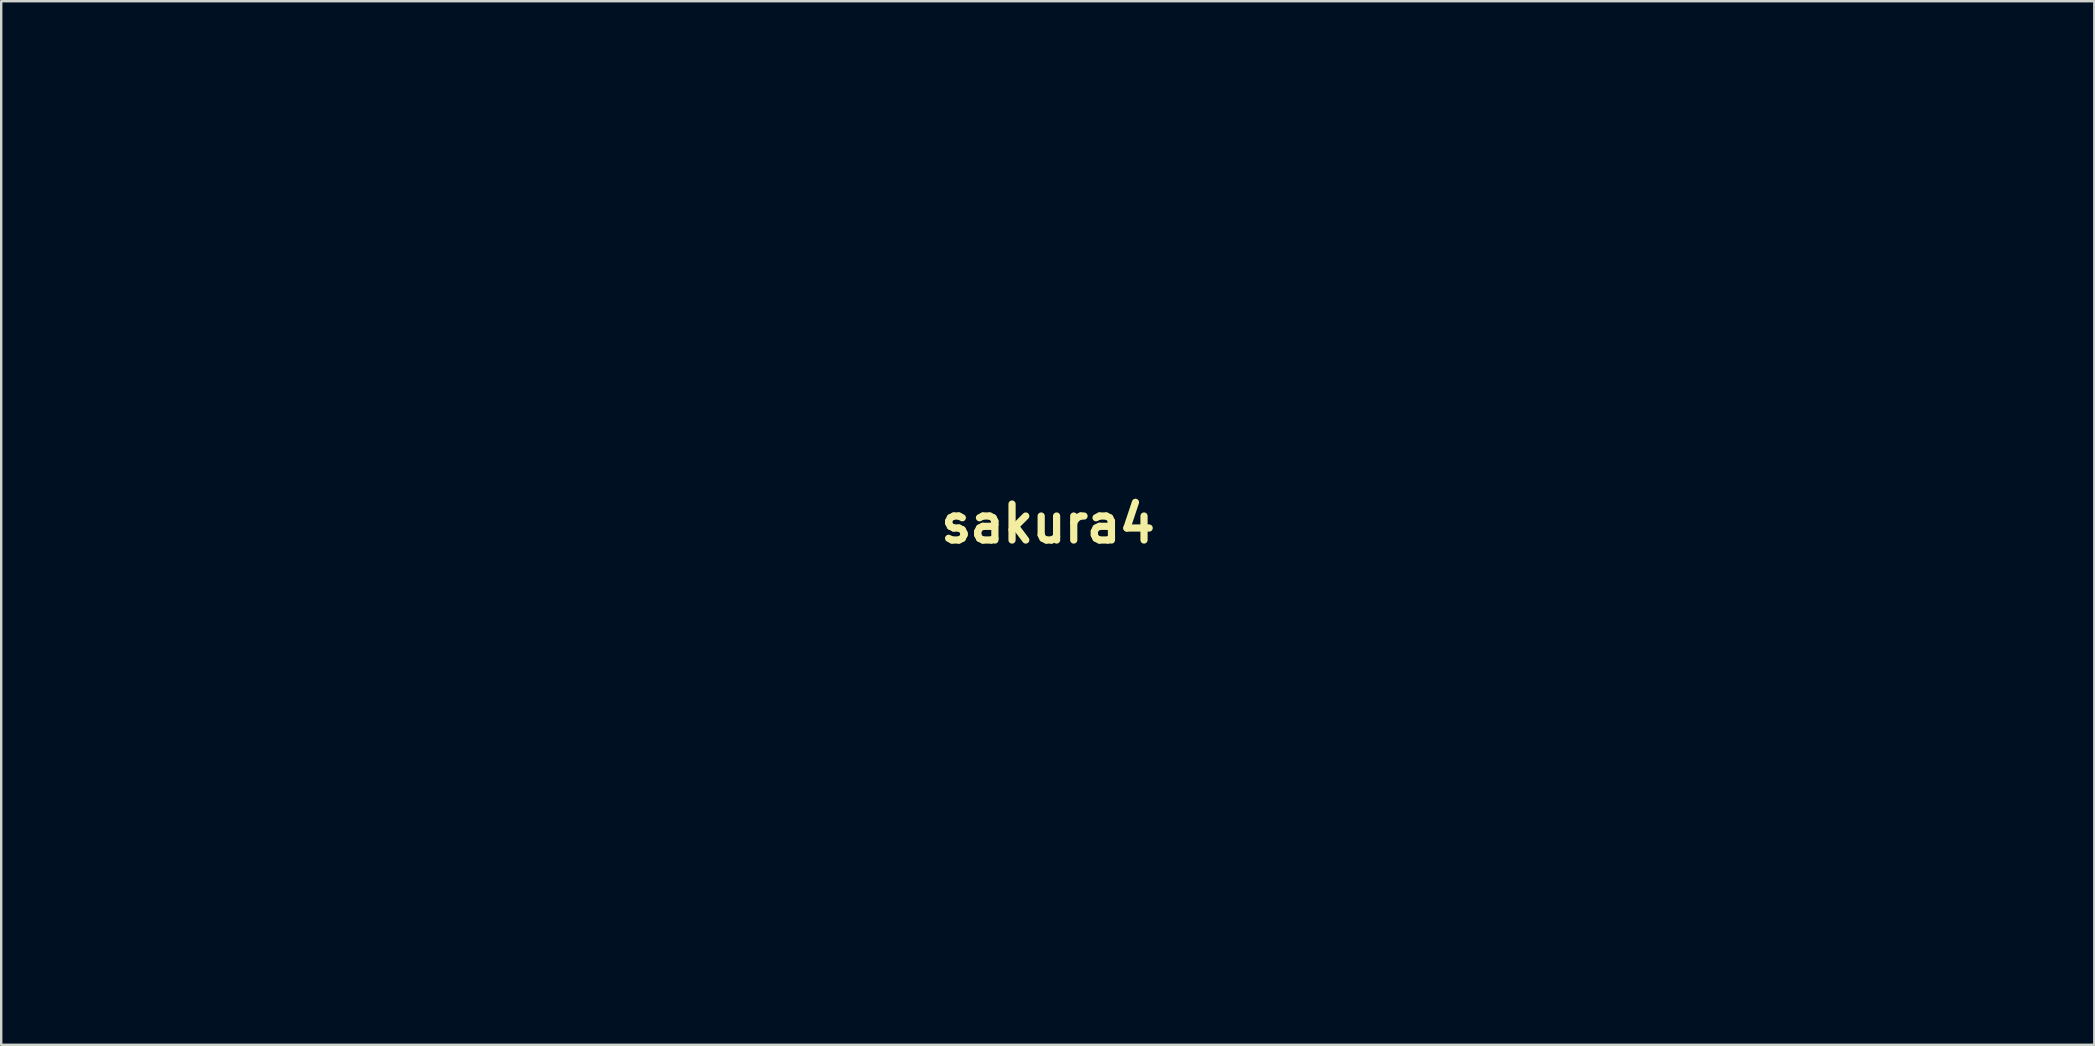
<source format=kicad_pcb>
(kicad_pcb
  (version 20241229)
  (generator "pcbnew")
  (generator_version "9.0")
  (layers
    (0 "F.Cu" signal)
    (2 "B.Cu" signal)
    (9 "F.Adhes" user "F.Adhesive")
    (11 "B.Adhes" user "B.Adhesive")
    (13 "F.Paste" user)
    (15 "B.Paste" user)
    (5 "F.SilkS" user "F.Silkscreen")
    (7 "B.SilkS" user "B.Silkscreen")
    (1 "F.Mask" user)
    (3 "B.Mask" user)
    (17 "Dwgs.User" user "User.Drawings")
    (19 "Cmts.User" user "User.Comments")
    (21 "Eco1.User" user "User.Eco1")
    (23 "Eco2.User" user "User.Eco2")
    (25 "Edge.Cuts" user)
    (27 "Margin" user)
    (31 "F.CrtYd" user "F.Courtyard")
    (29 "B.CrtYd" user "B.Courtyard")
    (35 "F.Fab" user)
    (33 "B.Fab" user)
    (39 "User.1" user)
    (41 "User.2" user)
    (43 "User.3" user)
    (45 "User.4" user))
  (footprint "sakura4"
    (layer "F.Cu")
    (at 40.622 18.775)
    (property "Reference" "sakura4" (at 0 0 0) (layer "F.SilkS") (effects (font (size 1.5 1.5) (thickness 0.3))))
    (attr board_only exclude_from_pos_files exclude_from_bom)
    (fp_poly (pts (xy -19.981 -5.715) (xy -20.024 -5.673) (xy -20.066 -5.715) (xy -20.024 -5.757)) (stroke (width 0) (type solid)) (fill yes) (layer "F.Mask"))
    (fp_poly (pts (xy -10.414 1.82) (xy -10.456 1.863) (xy -10.499 1.82) (xy -10.456 1.778)) (stroke (width 0) (type solid)) (fill yes) (layer "F.Mask"))
    (fp_poly (pts (xy 24.675 7.512) (xy 24.632 7.585) (xy 24.527 7.693) (xy 24.504 7.653) (xy 24.529 7.536) (xy 24.595 7.422) (xy 24.652 7.417)) (stroke (width 0) (type solid)) (fill yes) (layer "F.Mask"))
    (fp_poly (pts (xy -35.671 -12.391) (xy -35.687 -12.361) (xy -35.767 -12.28) (xy -35.782 -12.277) (xy -35.787 -12.331) (xy -35.772 -12.361) (xy -35.692 -12.442) (xy -35.677 -12.446)) (stroke (width 0) (type solid)) (fill yes) (layer "F.Mask"))
    (fp_poly (pts (xy -22.733 -13.503) (xy -22.691 -13.438) (xy -22.629 -13.27) (xy -22.636 -13.184) (xy -22.674 -13.13) (xy -22.684 -13.18) (xy -22.714 -13.342) (xy -22.739 -13.434) (xy -22.769 -13.541)) (stroke (width 0) (type solid)) (fill yes) (layer "F.Mask"))
    (fp_poly (pts (xy 13.618 18.317) (xy 13.622 18.394) (xy 13.607 18.618) (xy 13.537 18.707) (xy 13.504 18.711) (xy 13.392 18.675) (xy 13.377 18.644) (xy 13.429 18.526) (xy 13.454 18.495) (xy 13.537 18.35) (xy 13.571 18.246) (xy 13.598 18.207)) (stroke (width 0) (type solid)) (fill yes) (layer "F.Mask"))
    (fp_poly (pts (xy -1.443 6.941) (xy -1.272 7.104) (xy -1.122 7.365) (xy -1.03 7.653) (xy -1.016 7.787) (xy -1.08 7.92) (xy -1.244 7.963) (xy -1.468 7.918) (xy -1.71 7.787) (xy -1.772 7.739) (xy -1.969 7.505) (xy -2.04 7.264) (xy -1.982 7.055) (xy -1.831 6.932) (xy -1.601 6.886)) (stroke (width 0) (type solid)) (fill yes) (layer "F.Mask"))
    (fp_poly (pts (xy -0.59 11.322) (xy -0.5 11.397) (xy -0.434 11.558) (xy -0.392 11.815) (xy -0.384 11.966) (xy -0.409 12.269) (xy -0.493 12.418) (xy -0.646 12.419) (xy -0.814 12.324) (xy -1.011 12.123) (xy -1.153 11.865) (xy -1.216 11.608) (xy -1.186 11.431) (xy -1.032 11.3) (xy -0.809 11.262)) (stroke (width 0) (type solid)) (fill yes) (layer "F.Mask"))
    (fp_poly (pts (xy 26.19 6.789) (xy 26.239 6.869) (xy 26.216 7.034) (xy 26.104 7.354) (xy 25.93 7.599) (xy 25.722 7.754) (xy 25.511 7.803) (xy 25.324 7.73) (xy 25.218 7.583) (xy 25.164 7.38) (xy 25.174 7.245) (xy 25.305 7.085) (xy 25.536 6.929) (xy 25.805 6.813) (xy 26.024 6.774)) (stroke (width 0) (type solid)) (fill yes) (layer "F.Mask"))
    (fp_poly (pts (xy -20.046 -17.47) (xy -19.871 -17.339) (xy -19.688 -17.155) (xy -19.542 -16.961) (xy -19.474 -16.803) (xy -19.473 -16.789) (xy -19.542 -16.579) (xy -19.711 -16.453) (xy -19.924 -16.428) (xy -20.123 -16.524) (xy -20.157 -16.559) (xy -20.228 -16.723) (xy -20.266 -16.96) (xy -20.269 -17.21) (xy -20.235 -17.412) (xy -20.171 -17.504)) (stroke (width 0) (type solid)) (fill yes) (layer "F.Mask"))
    (fp_poly (pts (xy -7.126 -0.32) (xy -6.952 -0.267) (xy -6.873 -0.125) (xy -6.909 0.075) (xy -7.045 0.288) (xy -7.19 0.418) (xy -7.525 0.601) (xy -7.815 0.649) (xy -8.038 0.558) (xy -8.066 0.529) (xy -8.199 0.273) (xy -8.169 -0.000189) (xy -8.098 -0.124) (xy -7.947 -0.221) (xy -7.691 -0.291) (xy -7.396 -0.327)) (stroke (width 0) (type solid)) (fill yes) (layer "F.Mask"))
    (fp_poly (pts (xy 1.433 7.87) (xy 1.607 8.022) (xy 1.747 8.246) (xy 1.836 8.495) (xy 1.861 8.722) (xy 1.807 8.878) (xy 1.757 8.912) (xy 1.603 8.915) (xy 1.439 8.874) (xy 1.16 8.718) (xy 0.949 8.505) (xy 0.849 8.281) (xy 0.847 8.242) (xy 0.918 8.033) (xy 1.091 7.885) (xy 1.306 7.836)) (stroke (width 0) (type solid)) (fill yes) (layer "F.Mask"))
    (fp_poly (pts (xy 21.647 9.619) (xy 21.789 9.737) (xy 22.031 9.994) (xy 22.128 10.208) (xy 22.075 10.368) (xy 22.011 10.415) (xy 21.822 10.487) (xy 21.631 10.473) (xy 21.373 10.369) (xy 21.336 10.35) (xy 21.097 10.167) (xy 21.008 9.947) (xy 21.076 9.715) (xy 21.131 9.645) (xy 21.288 9.515) (xy 21.446 9.505)) (stroke (width 0) (type solid)) (fill yes) (layer "F.Mask"))
    (fp_poly (pts (xy -4.217 2.23) (xy -4.103 2.449) (xy -4.072 2.535) (xy -4.005 2.787) (xy -4.004 2.957) (xy -4.07 3.118) (xy -4.075 3.127) (xy -4.244 3.302) (xy -4.463 3.372) (xy -4.668 3.324) (xy -4.738 3.263) (xy -4.808 3.077) (xy -4.799 2.826) (xy -4.728 2.559) (xy -4.612 2.323) (xy -4.468 2.167) (xy -4.334 2.133)) (stroke (width 0) (type solid)) (fill yes) (layer "F.Mask"))
    (fp_poly (pts (xy 35.464 8.798) (xy 35.665 9.001) (xy 35.79 9.285) (xy 35.814 9.484) (xy 35.768 9.883) (xy 35.639 10.158) (xy 35.442 10.299) (xy 35.194 10.293) (xy 34.926 10.146) (xy 34.695 9.891) (xy 34.543 9.58) (xy 34.497 9.275) (xy 34.51 9.183) (xy 34.637 8.979) (xy 34.869 8.813) (xy 35.145 8.726) (xy 35.221 8.721)) (stroke (width 0) (type solid)) (fill yes) (layer "F.Mask"))
    (fp_poly (pts (xy -15.358 -16.379) (xy -15.118 -16.236) (xy -14.936 -15.997) (xy -14.837 -15.698) (xy -14.85 -15.374) (xy -14.851 -15.367) (xy -14.984 -15.156) (xy -15.232 -14.988) (xy -15.547 -14.875) (xy -15.878 -14.829) (xy -16.175 -14.864) (xy -16.383 -14.986) (xy -16.477 -15.121) (xy -16.49 -15.271) (xy -16.438 -15.486) (xy -16.279 -15.827) (xy -16.041 -16.126) (xy -15.766 -16.334) (xy -15.627 -16.389)) (stroke (width 0) (type solid)) (fill yes) (layer "F.Mask"))
    (fp_poly (pts (xy 3.654 13.581) (xy 3.842 13.779) (xy 3.979 14.054) (xy 4.052 14.358) (xy 4.044 14.648) (xy 3.944 14.876) (xy 3.876 14.939) (xy 3.662 15.027) (xy 3.384 15.066) (xy 3.113 15.053) (xy 2.918 14.988) (xy 2.896 14.969) (xy 2.834 14.828) (xy 2.798 14.589) (xy 2.794 14.474) (xy 2.845 14.094) (xy 2.985 13.784) (xy 3.191 13.576) (xy 3.43 13.504)) (stroke (width 0) (type solid)) (fill yes) (layer "F.Mask"))
    (fp_poly (pts (xy 5.851 9.243) (xy 6.032 9.433) (xy 6.224 9.774) (xy 6.374 10.165) (xy 6.391 10.489) (xy 6.268 10.789) (xy 6.058 11.05) (xy 5.748 11.285) (xy 5.424 11.352) (xy 5.094 11.25) (xy 4.917 11.126) (xy 4.746 10.951) (xy 4.671 10.761) (xy 4.657 10.528) (xy 4.735 10.049) (xy 4.963 9.642) (xy 5.33 9.323) (xy 5.441 9.26) (xy 5.662 9.19)) (stroke (width 0) (type solid)) (fill yes) (layer "F.Mask"))
    (fp_poly (pts (xy 17.508 8.735) (xy 17.749 8.938) (xy 17.963 9.226) (xy 18.019 9.488) (xy 17.92 9.756) (xy 17.805 9.911) (xy 17.544 10.143) (xy 17.226 10.313) (xy 16.895 10.409) (xy 16.596 10.418) (xy 16.375 10.328) (xy 16.358 10.312) (xy 16.279 10.135) (xy 16.261 9.863) (xy 16.3 9.558) (xy 16.393 9.288) (xy 16.642 8.903) (xy 16.915 8.682) (xy 17.206 8.625)) (stroke (width 0) (type solid)) (fill yes) (layer "F.Mask"))
    (fp_poly (pts (xy 0.167 9.349) (xy 0.339 9.441) (xy 0.49 9.672) (xy 0.558 9.98) (xy 0.545 10.308) (xy 0.457 10.604) (xy 0.296 10.811) (xy 0.253 10.838) (xy -0.046 10.913) (xy -0.41 10.878) (xy -0.656 10.796) (xy -0.973 10.609) (xy -1.215 10.372) (xy -1.343 10.127) (xy -1.355 10.038) (xy -1.277 9.827) (xy -1.073 9.634) (xy -0.783 9.475) (xy -0.452 9.364) (xy -0.121 9.317)) (stroke (width 0) (type solid)) (fill yes) (layer "F.Mask"))
    (fp_poly (pts (xy 13.534 17.387) (xy 13.521 17.822) (xy 13.47 17.449) (xy 13.42 17.075) (xy 12.942 17.512) (xy 12.71 17.72) (xy 12.527 17.875) (xy 12.429 17.947) (xy 12.422 17.949) (xy 12.36 17.883) (xy 12.328 17.815) (xy 12.289 17.631) (xy 12.277 17.442) (xy 12.29 17.288) (xy 12.361 17.23) (xy 12.541 17.237) (xy 12.594 17.243) (xy 12.994 17.212) (xy 13.229 17.117) (xy 13.547 16.952)) (stroke (width 0) (type solid)) (fill yes) (layer "F.Mask"))
    (fp_poly (pts (xy 30.117 9.042) (xy 30.411 9.223) (xy 30.61 9.484) (xy 30.702 9.793) (xy 30.671 10.115) (xy 30.504 10.419) (xy 30.386 10.536) (xy 30.141 10.697) (xy 29.899 10.741) (xy 29.609 10.668) (xy 29.398 10.573) (xy 29.141 10.399) (xy 28.914 10.164) (xy 28.742 9.907) (xy 28.654 9.67) (xy 28.675 9.493) (xy 28.858 9.313) (xy 29.142 9.145) (xy 29.462 9.022) (xy 29.742 8.976)) (stroke (width 0) (type solid)) (fill yes) (layer "F.Mask"))
    (fp_poly (pts (xy -5.282 -5.435) (xy -5.026 -5.242) (xy -4.886 -4.947) (xy -4.876 -4.57) (xy -4.91 -4.406) (xy -5.013 -4.167) (xy -5.184 -3.911) (xy -5.384 -3.68) (xy -5.575 -3.52) (xy -5.702 -3.471) (xy -5.827 -3.528) (xy -5.998 -3.668) (xy -6.033 -3.704) (xy -6.244 -3.98) (xy -6.4 -4.292) (xy -6.479 -4.584) (xy -6.471 -4.769) (xy -6.384 -4.957) (xy -6.24 -5.185) (xy -6.209 -5.228) (xy -6.045 -5.41) (xy -5.867 -5.488) (xy -5.641 -5.503)) (stroke (width 0) (type solid)) (fill yes) (layer "F.Mask"))
    (fp_poly (pts (xy -23.15 -15.19) (xy -23.119 -15.16) (xy -22.985 -14.949) (xy -22.895 -14.666) (xy -22.868 -14.393) (xy -22.891 -14.266) (xy -22.899 -14.095) (xy -22.855 -13.915) (xy -22.805 -13.742) (xy -22.808 -13.656) (xy -22.858 -13.693) (xy -22.9 -13.794) (xy -22.963 -13.902) (xy -23.092 -13.955) (xy -23.337 -13.97) (xy -23.378 -13.97) (xy -23.821 -14.013) (xy -24.121 -14.143) (xy -24.276 -14.357) (xy -24.299 -14.514) (xy -24.262 -14.741) (xy -24.126 -14.942) (xy -24 -15.062) (xy -23.685 -15.268) (xy -23.401 -15.311)) (stroke (width 0) (type solid)) (fill yes) (layer "F.Mask"))
    (fp_poly (pts (xy -19.724 -5.561) (xy -19.587 -5.496) (xy -19.395 -5.392) (xy -19.178 -5.264) (xy -18.966 -5.129) (xy -18.838 -5.04) (xy -18.592 -4.893) (xy -18.345 -4.794) (xy -18.334 -4.791) (xy -18.1 -4.681) (xy -17.844 -4.484) (xy -17.607 -4.241) (xy -17.431 -3.996) (xy -17.357 -3.791) (xy -17.357 -3.78) (xy -17.423 -3.557) (xy -17.591 -3.314) (xy -17.81 -3.109) (xy -18 -3.011) (xy -18.221 -3.032) (xy -18.412 -3.146) (xy -18.602 -3.348) (xy -18.771 -3.61) (xy -18.797 -3.663) (xy -18.899 -3.848) (xy -18.981 -3.916) (xy -19.003 -3.903) (xy -19.137 -3.818) (xy -19.308 -3.835) (xy -19.422 -3.944) (xy -19.478 -4.255) (xy -19.435 -4.573) (xy -19.307 -4.822) (xy -19.29 -4.84) (xy -19.107 -5.023) (xy -19.297 -5.176) (xy -19.505 -5.343) (xy -19.713 -5.509) (xy -19.776 -5.571)) (stroke (width 0) (type solid)) (fill yes) (layer "F.Mask"))
    (fp_poly (pts (xy -0.312 4.993) (xy -0.302 5.374) (xy -0.382 5.681) (xy -0.398 5.715) (xy -0.468 5.882) (xy -0.492 6.033) (xy -0.468 6.225) (xy -0.397 6.515) (xy -0.384 6.564) (xy -0.159 7.219) (xy 0.161 7.915) (xy 0.542 8.584) (xy 0.808 8.975) (xy 1.352 9.842) (xy 1.799 10.84) (xy 2.144 11.957) (xy 2.325 12.817) (xy 2.416 13.436) (xy 2.45 13.904) (xy 2.424 14.229) (xy 2.349 14.41) (xy 2.155 14.538) (xy 1.869 14.595) (xy 1.651 14.584) (xy 1.289 14.51) (xy 0.998 14.42) (xy 0.811 14.326) (xy 0.762 14.258) (xy 0.829 14.157) (xy 1.003 14.005) (xy 1.229 13.846) (xy 1.672 13.495) (xy 1.955 13.104) (xy 2.085 12.656) (xy 2.07 12.133) (xy 2.036 11.949) (xy 1.878 11.431) (xy 1.606 10.8) (xy 1.226 10.065) (xy 0.74 9.234) (xy 0.154 8.317) (xy 0.113 8.255) (xy -0.331 7.585) (xy -0.687 7.042) (xy -0.96 6.611) (xy -1.157 6.276) (xy -1.282 6.025) (xy -1.343 5.842) (xy -1.343 5.714) (xy -1.291 5.624) (xy -1.19 5.56) (xy -1.047 5.507) (xy -0.995 5.49) (xy -0.77 5.403) (xy -0.636 5.284) (xy -0.537 5.077) (xy -0.499 4.968) (xy -0.364 4.559)) (stroke (width 0) (type solid)) (fill yes) (layer "F.Mask"))
    (fp_poly (pts (xy -7.828 -4.327) (xy -7.667 -4.136) (xy -7.62 -3.931) (xy -7.59 -3.775) (xy -7.535 -3.725) (xy -7.453 -3.788) (xy -7.451 -3.808) (xy -7.383 -3.899) (xy -7.217 -4.011) (xy -7.194 -4.023) (xy -7.024 -4.1) (xy -6.905 -4.093) (xy -6.768 -3.986) (xy -6.686 -3.905) (xy -6.485 -3.634) (xy -6.448 -3.388) (xy -6.562 -3.187) (xy -6.674 -3.046) (xy -6.639 -2.979) (xy -6.479 -2.963) (xy -6.293 -2.907) (xy -6.221 -2.773) (xy -6.176 -2.663) (xy -6.084 -2.611) (xy -5.897 -2.602) (xy -5.721 -2.611) (xy -5.252 -2.586) (xy -4.908 -2.447) (xy -4.691 -2.199) (xy -4.605 -1.843) (xy -4.651 -1.391) (xy -4.805 -0.93) (xy -5.026 -0.614) (xy -5.308 -0.448) (xy -5.49 -0.424) (xy -5.782 -0.469) (xy -6.054 -0.579) (xy -6.057 -0.581) (xy -6.259 -0.733) (xy -6.471 -0.934) (xy -6.651 -1.141) (xy -6.759 -1.308) (xy -6.773 -1.361) (xy -6.844 -1.425) (xy -6.938 -1.439) (xy -7.1 -1.478) (xy -7.155 -1.524) (xy -7.235 -1.522) (xy -7.372 -1.411) (xy -7.414 -1.363) (xy -7.721 -1.129) (xy -8.039 -1.017) (xy -8.395 -0.959) (xy -8.671 -0.995) (xy -8.933 -1.141) (xy -9.06 -1.241) (xy -9.253 -1.495) (xy -9.321 -1.794) (xy -9.253 -2.079) (xy -9.235 -2.11) (xy -9.225 -2.217) (xy -9.353 -2.325) (xy -9.426 -2.364) (xy -9.599 -2.496) (xy -7.685 -2.496) (xy -7.599 -2.398) (xy -7.52 -2.371) (xy -7.486 -2.419) (xy -7.537 -2.5) (xy -7.641 -2.588) (xy -7.683 -2.59) (xy -7.685 -2.496) (xy -9.599 -2.496) (xy -9.711 -2.582) (xy -9.729 -2.622) (xy -8.781 -2.622) (xy -8.476 -2.677) (xy -8.309 -2.709) (xy -7.493 -2.709) (xy -7.489 -2.631) (xy -7.461 -2.625) (xy -7.341 -2.686) (xy -7.324 -2.709) (xy -7.328 -2.787) (xy -7.356 -2.794) (xy -7.476 -2.732) (xy -7.493 -2.709) (xy -8.309 -2.709) (xy -8.271 -2.717) (xy -8.157 -2.745) (xy -8.15 -2.748) (xy -8.191 -2.81) (xy -8.318 -2.944) (xy -8.363 -2.988) (xy -8.384 -3.008) (xy -8.266 -3.008) (xy -8.259 -2.969) (xy -8.147 -2.914) (xy -7.965 -2.897) (xy -7.791 -2.928) (xy -7.762 -3.015) (xy -7.765 -3.023) (xy -7.869 -3.103) (xy -7.934 -3.095) (xy -8.129 -3.051) (xy -8.182 -3.048) (xy -8.266 -3.008) (xy -8.384 -3.008) (xy -8.596 -3.211) (xy -8.689 -2.916) (xy -8.781 -2.622) (xy -9.729 -2.622) (xy -9.843 -2.871) (xy -9.819 -3.228) (xy -9.815 -3.242) (xy -9.71 -3.484) (xy -9.564 -3.666) (xy -9.545 -3.681) (xy -9.299 -3.786) (xy -9.037 -3.8) (xy -8.835 -3.72) (xy -8.822 -3.708) (xy -8.741 -3.66) (xy -8.721 -3.757) (xy -8.655 -3.931) (xy -8.493 -4.131) (xy -8.289 -4.304) (xy -8.097 -4.398) (xy -8.056 -4.403)) (stroke (width 0) (type solid)) (fill yes) (layer "F.Mask"))
    (fp_poly (pts (xy -13.275 -15.958) (xy -12.803 -15.894) (xy -12.445 -15.706) (xy -12.25 -15.482) (xy -12.201 -15.26) (xy -12.286 -15.01) (xy -12.486 -14.78) (xy -12.517 -14.756) (xy -12.763 -14.574) (xy -13.303 -14.744) (xy -13.77 -14.854) (xy -14.2 -14.862) (xy -14.647 -14.763) (xy -15.141 -14.562) (xy -15.565 -14.328) (xy -16.036 -14.013) (xy -16.492 -13.661) (xy -16.868 -13.32) (xy -16.924 -13.261) (xy -17.127 -13.044) (xy -16.924 -12.966) (xy -16.619 -12.781) (xy -16.463 -12.515) (xy -16.448 -12.194) (xy -16.469 -11.977) (xy -16.436 -11.88) (xy -16.324 -11.854) (xy -16.263 -11.853) (xy -15.998 -11.78) (xy -15.8 -11.59) (xy -15.683 -11.326) (xy -15.66 -11.031) (xy -15.746 -10.749) (xy -15.87 -10.588) (xy -16.084 -10.448) (xy -16.342 -10.426) (xy -16.378 -10.429) (xy -16.578 -10.442) (xy -16.661 -10.389) (xy -16.679 -10.231) (xy -16.679 -10.191) (xy -16.742 -9.921) (xy -16.902 -9.743) (xy -17.168 -9.592) (xy -17.39 -9.599) (xy -17.555 -9.722) (xy -17.667 -9.909) (xy -17.696 -10.04) (xy -17.715 -10.119) (xy -17.785 -10.079) (xy -17.914 -9.927) (xy -18.149 -9.71) (xy -18.383 -9.663) (xy -18.621 -9.784) (xy -18.746 -9.912) (xy -18.901 -10.107) (xy -18.953 -10.236) (xy -18.913 -10.36) (xy -18.837 -10.474) (xy -18.763 -10.6) (xy -18.8 -10.656) (xy -18.978 -10.683) (xy -18.986 -10.684) (xy -19.144 -10.708) (xy -19.231 -10.771) (xy -19.263 -10.876) (xy -17.725 -10.876) (xy -17.655 -10.807) (xy -17.507 -10.843) (xy -17.477 -10.856) (xy -17.324 -10.949) (xy -17.272 -11.02) (xy -17.303 -11.08) (xy -17.425 -11.077) (xy -17.584 -11.04) (xy -17.716 -10.958) (xy -17.725 -10.876) (xy -19.263 -10.876) (xy -19.276 -10.917) (xy -19.288 -11.033) (xy -18.165 -11.033) (xy -18.122 -11.007) (xy -18.044 -11.075) (xy -18.034 -11.134) (xy -17.991 -11.235) (xy -17.441 -11.235) (xy -17.166 -11.045) (xy -16.991 -10.928) (xy -16.89 -10.869) (xy -16.882 -10.867) (xy -16.864 -10.95) (xy -16.833 -11.138) (xy -16.825 -11.188) (xy -16.778 -11.496) (xy -17.11 -11.365) (xy -17.441 -11.235) (xy -17.991 -11.235) (xy -17.986 -11.246) (xy -17.944 -11.261) (xy -17.894 -11.313) (xy -17.907 -11.345) (xy -18.026 -11.427) (xy -18.053 -11.43) (xy -18.106 -11.396) (xy -18.093 -11.377) (xy -18.085 -11.269) (xy -18.125 -11.165) (xy -18.165 -11.033) (xy -19.288 -11.033) (xy -19.304 -11.176) (xy -19.346 -11.642) (xy -19.77 -11.635) (xy -20.015 -11.634) (xy -20.107 -11.645) (xy -20.066 -11.681) (xy -19.939 -11.737) (xy -19.683 -11.817) (xy -19.462 -11.85) (xy -19.222 -11.934) (xy -19.097 -12.071) (xy -18.961 -12.223) (xy -18.794 -12.249) (xy -18.706 -12.233) (xy -18.523 -12.215) (xy -18.459 -12.278) (xy -18.457 -12.304) (xy -18.388 -12.456) (xy -18.212 -12.64) (xy -17.977 -12.819) (xy -17.73 -12.953) (xy -17.596 -12.997) (xy -17.364 -13.096) (xy -17.079 -13.295) (xy -16.891 -13.459) (xy -16.243 -13.991) (xy -15.466 -14.485) (xy -14.603 -14.915) (xy -14.132 -15.107) (xy -13.901 -15.202) (xy -13.787 -15.295) (xy -13.752 -15.44) (xy -13.751 -15.606) (xy -13.758 -15.96)) (stroke (width 0) (type solid)) (fill yes) (layer "F.Mask"))
    (fp_poly (pts (xy -21.673 -18.707) (xy -21.729 -18.579) (xy -21.927 -18.415) (xy -22.08 -18.298) (xy -22.196 -18.161) (xy -22.279 -17.982) (xy -22.335 -17.736) (xy -22.368 -17.399) (xy -22.382 -16.948) (xy -22.384 -16.357) (xy -22.383 -16.171) (xy -22.375 -15.649) (xy -22.361 -15.164) (xy -22.342 -14.749) (xy -22.319 -14.44) (xy -22.298 -14.282) (xy -22.224 -13.959) (xy -21.928 -14.409) (xy -21.7 -14.702) (xy -21.45 -14.939) (xy -21.321 -15.026) (xy -21.11 -15.127) (xy -20.96 -15.145) (xy -20.785 -15.085) (xy -20.72 -15.055) (xy -20.43 -14.826) (xy -20.237 -14.475) (xy -20.153 -14.028) (xy -20.151 -13.93) (xy -20.22 -13.549) (xy -20.411 -13.265) (xy -20.7 -13.089) (xy -21.061 -13.032) (xy -21.472 -13.105) (xy -21.714 -13.207) (xy -21.922 -13.301) (xy -22.059 -13.341) (xy -22.082 -13.337) (xy -22.056 -13.256) (xy -21.948 -13.099) (xy -21.897 -13.036) (xy -21.757 -12.852) (xy -21.68 -12.719) (xy -21.675 -12.697) (xy -21.736 -12.604) (xy -21.889 -12.456) (xy -21.974 -12.386) (xy -22.129 -12.229) (xy -22.321 -11.986) (xy -22.527 -11.693) (xy -22.723 -11.387) (xy -22.885 -11.105) (xy -22.991 -10.884) (xy -23.016 -10.76) (xy -22.928 -10.75) (xy -22.718 -10.787) (xy -22.421 -10.866) (xy -22.229 -10.925) (xy -21.898 -11.028) (xy -21.635 -11.104) (xy -21.475 -11.142) (xy -21.444 -11.143) (xy -21.504 -11.104) (xy -21.684 -11.024) (xy -21.945 -10.919) (xy -22.248 -10.803) (xy -22.553 -10.692) (xy -22.821 -10.6) (xy -23.011 -10.543) (xy -23.03 -10.539) (xy -23.219 -10.434) (xy -23.383 -10.246) (xy -23.388 -10.237) (xy -23.473 -10.071) (xy -23.472 -9.96) (xy -23.366 -9.837) (xy -23.273 -9.752) (xy -23.07 -9.506) (xy -22.99 -9.21) (xy -22.988 -9.184) (xy -22.956 -8.931) (xy -22.897 -8.586) (xy -22.823 -8.224) (xy -22.821 -8.215) (xy -22.751 -7.807) (xy -22.707 -7.368) (xy -22.699 -7.029) (xy -22.704 -6.733) (xy -22.689 -6.57) (xy -22.643 -6.505) (xy -22.557 -6.504) (xy -22.556 -6.504) (xy -22.181 -6.639) (xy -21.796 -6.923) (xy -21.39 -7.364) (xy -21.321 -7.451) (xy -20.958 -7.885) (xy -20.661 -8.164) (xy -20.428 -8.288) (xy -20.383 -8.294) (xy -20.284 -8.239) (xy -20.184 -8.14) (xy -20.084 -8.042) (xy -19.998 -8.049) (xy -19.861 -8.171) (xy -19.85 -8.183) (xy -19.618 -8.336) (xy -19.307 -8.382) (xy -19.305 -8.382) (xy -19.03 -8.347) (xy -18.91 -8.244) (xy -18.944 -8.072) (xy -19.125 -7.842) (xy -19.391 -7.567) (xy -18.945 -7.429) (xy -18.429 -7.296) (xy -17.868 -7.2) (xy -17.3 -7.141) (xy -16.761 -7.122) (xy -16.289 -7.144) (xy -15.922 -7.21) (xy -15.771 -7.269) (xy -15.612 -7.412) (xy -15.435 -7.651) (xy -15.276 -7.926) (xy -15.174 -8.174) (xy -15.155 -8.284) (xy -15.083 -8.47) (xy -14.901 -8.661) (xy -14.663 -8.815) (xy -14.422 -8.888) (xy -14.387 -8.89) (xy -14.202 -8.844) (xy -14.137 -8.701) (xy -14.19 -8.45) (xy -14.277 -8.244) (xy -14.466 -7.963) (xy -14.689 -7.824) (xy -14.889 -7.828) (xy -15.017 -7.807) (xy -15.179 -7.712) (xy -15.326 -7.584) (xy -15.407 -7.465) (xy -15.399 -7.412) (xy -15.302 -7.411) (xy -15.099 -7.454) (xy -14.947 -7.496) (xy -14.676 -7.569) (xy -14.451 -7.613) (xy -14.378 -7.62) (xy -14.215 -7.665) (xy -13.987 -7.779) (xy -13.885 -7.842) (xy -13.459 -8.047) (xy -13.033 -8.113) (xy -12.641 -8.038) (xy -12.504 -7.969) (xy -12.195 -7.697) (xy -12.03 -7.364) (xy -12.021 -6.996) (xy -12.026 -6.969) (xy -12.183 -6.59) (xy -12.442 -6.338) (xy -12.78 -6.221) (xy -13.174 -6.252) (xy -13.39 -6.328) (xy -13.615 -6.459) (xy -13.861 -6.649) (xy -14.085 -6.859) (xy -14.248 -7.051) (xy -14.309 -7.185) (xy -14.381 -7.221) (xy -14.556 -7.216) (xy -14.563 -7.215) (xy -14.74 -7.173) (xy -14.816 -7.124) (xy -14.816 -7.124) (xy -14.755 -7.014) (xy -14.607 -6.841) (xy -14.413 -6.647) (xy -14.219 -6.475) (xy -14.067 -6.367) (xy -14.019 -6.35) (xy -13.882 -6.297) (xy -13.685 -6.164) (xy -13.592 -6.087) (xy -13.399 -5.892) (xy -13.312 -5.707) (xy -13.293 -5.464) (xy -13.354 -5.113) (xy -13.515 -4.845) (xy -13.743 -4.672) (xy -14.006 -4.605) (xy -14.271 -4.656) (xy -14.504 -4.838) (xy -14.601 -4.987) (xy -14.714 -5.314) (xy -14.705 -5.657) (xy -14.594 -6.015) (xy -14.517 -6.225) (xy -14.506 -6.369) (xy -14.574 -6.517) (xy -14.708 -6.709) (xy -14.96 -7.057) (xy -16.857 -7.037) (xy -17.484 -7.032) (xy -17.97 -7.032) (xy -18.339 -7.04) (xy -18.62 -7.055) (xy -18.839 -7.082) (xy -19.022 -7.12) (xy -19.197 -7.173) (xy -19.254 -7.192) (xy -19.679 -7.318) (xy -20.016 -7.354) (xy -20.325 -7.294) (xy -20.665 -7.132) (xy -20.805 -7.048) (xy -21.193 -6.811) (xy -21.444 -6.647) (xy -21.563 -6.532) (xy -21.552 -6.441) (xy -21.414 -6.352) (xy -21.152 -6.241) (xy -20.92 -6.146) (xy -20.57 -5.995) (xy -20.325 -5.879) (xy -20.196 -5.806) (xy -20.191 -5.781) (xy -20.32 -5.813) (xy -20.592 -5.909) (xy -20.635 -5.926) (xy -20.971 -6.027) (xy -21.366 -6.111) (xy -21.604 -6.144) (xy -21.913 -6.168) (xy -22.125 -6.151) (xy -22.308 -6.08) (xy -22.5 -5.963) (xy -22.707 -5.808) (xy -22.837 -5.671) (xy -22.86 -5.617) (xy -22.791 -5.515) (xy -22.616 -5.387) (xy -22.518 -5.332) (xy -22.285 -5.179) (xy -22.115 -5.007) (xy -22.083 -4.953) (xy -22.042 -4.673) (xy -22.12 -4.294) (xy -22.313 -3.83) (xy -22.534 -3.429) (xy -22.694 -3.137) (xy -22.81 -2.877) (xy -22.859 -2.702) (xy -22.859 -2.693) (xy -22.851 -2.579) (xy -22.807 -2.578) (xy -22.7 -2.698) (xy -22.646 -2.766) (xy -22.369 -3.008) (xy -22.052 -3.104) (xy -21.729 -3.043) (xy -21.707 -3.033) (xy -21.481 -2.853) (xy -21.401 -2.6) (xy -21.462 -2.261) (xy -21.464 -2.255) (xy -21.527 -2.055) (xy -21.525 -1.977) (xy -21.454 -1.989) (xy -21.434 -1.997) (xy -21.255 -2.05) (xy -21.011 -2.093) (xy -20.993 -2.095) (xy -20.732 -2.085) (xy -20.563 -1.966) (xy -20.461 -1.715) (xy -20.428 -1.529) (xy -20.436 -1.215) (xy -20.534 -0.956) (xy -20.698 -0.795) (xy -20.83 -0.762) (xy -20.974 -0.723) (xy -20.976 -0.637) (xy -20.836 -0.553) (xy -20.664 -0.43) (xy -20.627 -0.227) (xy -20.72 0.037) (xy -20.94 0.344) (xy -20.999 0.408) (xy -21.117 0.547) (xy -21.156 0.62) (xy -21.154 0.622) (xy -21.046 0.676) (xy -20.859 0.761) (xy -20.656 0.85) (xy -20.499 0.915) (xy -20.451 0.931) (xy -20.406 0.86) (xy -20.336 0.683) (xy -20.319 0.633) (xy -20.192 0.356) (xy -20.019 0.094) (xy -20.009 0.083) (xy -19.743 -0.116) (xy -19.423 -0.173) (xy -19.076 -0.092) (xy -18.731 0.121) (xy -18.51 0.342) (xy -18.29 0.675) (xy -18.226 0.986) (xy -18.309 1.304) (xy -18.312 1.311) (xy -18.483 1.525) (xy -18.753 1.731) (xy -19.056 1.885) (xy -19.327 1.947) (xy -19.331 1.947) (xy -19.453 1.98) (xy -19.473 2.015) (xy -19.408 2.098) (xy -19.235 2.248) (xy -18.989 2.439) (xy -18.706 2.646) (xy -18.421 2.843) (xy -18.169 3.006) (xy -17.984 3.109) (xy -17.914 3.133) (xy -17.916 3.061) (xy -17.964 2.879) (xy -18.006 2.749) (xy -18.098 2.305) (xy -18.049 1.948) (xy -17.864 1.686) (xy -17.548 1.528) (xy -17.162 1.482) (xy -16.88 1.5) (xy -16.701 1.571) (xy -16.587 1.682) (xy -16.468 1.891) (xy -16.425 2.074) (xy -16.412 2.176) (xy -16.348 2.238) (xy -16.197 2.273) (xy -15.921 2.295) (xy -15.835 2.3) (xy -15.326 2.378) (xy -14.959 2.546) (xy -14.736 2.802) (xy -14.656 3.147) (xy -14.679 3.404) (xy -14.796 3.74) (xy -15.003 4.096) (xy -15.257 4.408) (xy -15.488 4.598) (xy -15.661 4.716) (xy -15.746 4.806) (xy -15.748 4.815) (xy -15.675 4.903) (xy -15.487 5.023) (xy -15.229 5.153) (xy -14.944 5.269) (xy -14.744 5.332) (xy -14.437 5.397) (xy -14.263 5.382) (xy -14.202 5.271) (xy -14.23 5.051) (xy -14.24 5.009) (xy -14.268 4.708) (xy -14.215 4.431) (xy -14.095 4.231) (xy -14.001 4.172) (xy -13.874 4.209) (xy -13.702 4.348) (xy -13.525 4.547) (xy -13.383 4.761) (xy -13.32 4.921) (xy -13.248 5.102) (xy -13.113 5.155) (xy -12.887 5.088) (xy -12.783 5.037) (xy -12.537 4.909) (xy -12.622 4.784) (xy -9.28 4.784) (xy -9.271 4.826) (xy -9.149 4.903) (xy -9.092 4.911) (xy -9.008 4.868) (xy -9.011 4.853) (xy -8.397 4.853) (xy -7.97 5.033) (xy -7.721 5.144) (xy -7.54 5.236) (xy -7.483 5.274) (xy -7.402 5.313) (xy -7.39 5.233) (xy -7.444 5.093) (xy -7.511 4.881) (xy -7.535 4.662) (xy -7.565 4.458) (xy -7.65 4.412) (xy -7.782 4.521) (xy -7.927 4.635) (xy -8.138 4.746) (xy -8.397 4.853) (xy -9.011 4.853) (xy -9.017 4.826) (xy -9.139 4.749) (xy -9.196 4.741) (xy -9.28 4.784) (xy -12.622 4.784) (xy -12.747 4.599) (xy -12.954 4.231) (xy -12.964 4.191) (xy -11.599 4.191) (xy -11.557 4.233) (xy -11.515 4.191) (xy -11.557 4.149) (xy -11.599 4.191) (xy -12.964 4.191) (xy -13.029 3.915) (xy -13.004 3.685) (xy -12.88 3.481) (xy -12.653 3.328) (xy -12.373 3.236) (xy -12.091 3.218) (xy -11.856 3.285) (xy -11.749 3.387) (xy -11.625 3.533) (xy -11.542 3.525) (xy -11.515 3.384) (xy -11.459 3.212) (xy -11.317 3.162) (xy -11.124 3.241) (xy -11.045 3.306) (xy -10.888 3.418) (xy -10.78 3.441) (xy -10.758 3.377) (xy -10.814 3.283) (xy -10.896 3.123) (xy -10.956 2.934) (xy -11.014 2.693) (xy -11.233 2.913) (xy -11.47 3.092) (xy -11.679 3.111) (xy -11.885 2.971) (xy -11.912 2.942) (xy -12.088 2.705) (xy -12.129 2.496) (xy -12.051 2.265) (xy -11.98 2.103) (xy -12.008 2.042) (xy -12.138 2.032) (xy -12.278 1.994) (xy -10.837 1.994) (xy -10.796 2.091) (xy -10.689 2.073) (xy -10.479 2.001) (xy -10.36 1.971) (xy -10.193 1.977) (xy -10.123 2.024) (xy -10.012 2.111) (xy -9.981 2.117) (xy -9.933 2.066) (xy -9.944 2.039) (xy -9.952 1.91) (xy -9.907 1.737) (xy -9.858 1.582) (xy -9.902 1.544) (xy -10.012 1.572) (xy -10.34 1.684) (xy -10.535 1.776) (xy -10.623 1.859) (xy -10.725 1.913) (xy -10.759 1.901) (xy -10.825 1.926) (xy -10.837 1.994) (xy -12.278 1.994) (xy -12.316 1.983) (xy -12.394 1.9) (xy -12.404 1.762) (xy -11.326 1.762) (xy -11.299 1.826) (xy -11.225 1.811) (xy -11.109 1.725) (xy -11.091 1.677) (xy -11.141 1.622) (xy -11.242 1.656) (xy -11.323 1.755) (xy -11.326 1.762) (xy -12.404 1.762) (xy -12.408 1.714) (xy -12.367 1.435) (xy -12.359 1.406) (xy -11.171 1.406) (xy -11.149 1.478) (xy -11.091 1.524) (xy -10.965 1.568) (xy -10.927 1.557) (xy -10.949 1.485) (xy -11.007 1.439) (xy -11.133 1.395) (xy -11.171 1.406) (xy -12.359 1.406) (xy -12.285 1.124) (xy -12.178 0.843) (xy -12.129 0.751) (xy -11.95 0.524) (xy -11.762 0.457) (xy -11.602 0.507) (xy -11.466 0.536) (xy -11.347 0.434) (xy -11.315 0.388) (xy -11.157 0.236) (xy -10.911 0.088) (xy -10.799 0.039) (xy -10.342 -0.067) (xy -9.943 -0.016) (xy -9.606 0.192) (xy -9.538 0.262) (xy -9.378 0.491) (xy -9.337 0.727) (xy -9.408 1.026) (xy -9.436 1.104) (xy -9.425 1.211) (xy -9.294 1.247) (xy -9.118 1.318) (xy -8.922 1.478) (xy -8.877 1.528) (xy -8.666 1.709) (xy -8.456 1.736) (xy -8.226 1.606) (xy -8.025 1.397) (xy -7.666 1.071) (xy -7.28 0.904) (xy -6.884 0.899) (xy -6.493 1.057) (xy -6.306 1.198) (xy -6.103 1.414) (xy -6.02 1.624) (xy -6.011 1.74) (xy -6.011 2.022) (xy -5.165 1.647) (xy -4.76 1.463) (xy -4.36 1.272) (xy -4.022 1.103) (xy -3.874 1.024) (xy -3.164 0.717) (xy -2.398 0.542) (xy -1.619 0.506) (xy -0.869 0.613) (xy -0.706 0.658) (xy -0.406 0.734) (xy -0.144 0.776) (xy -0.013 0.778) (xy 0.116 0.739) (xy 0.155 0.642) (xy 0.129 0.448) (xy 0.112 0.224) (xy 0.182 0.05) (xy 0.306 -0.095) (xy 0.485 -0.251) (xy 0.635 -0.335) (xy 0.661 -0.339) (xy 0.742 -0.275) (xy 0.743 -0.117) (xy 0.68 0.087) (xy 0.564 0.289) (xy 0.466 0.398) (xy 0.297 0.576) (xy 0.269 0.71) (xy 0.372 0.84) (xy 0.378 0.844) (xy 0.457 0.874) (xy 0.591 0.86) (xy 0.805 0.797) (xy 1.123 0.676) (xy 1.568 0.489) (xy 1.601 0.475) (xy 2.885 -0.025) (xy 4.111 -0.405) (xy 5.268 -0.661) (xy 6.345 -0.792) (xy 7.331 -0.795) (xy 7.665 -0.763) (xy 7.945 -0.724) (xy 8.205 -0.671) (xy 8.474 -0.596) (xy 8.783 -0.486) (xy 9.164 -0.332) (xy 9.647 -0.124) (xy 10.027 0.045) (xy 10.569 0.286) (xy 10.978 0.462) (xy 11.276 0.582) (xy 11.483 0.652) (xy 11.62 0.679) (xy 11.708 0.671) (xy 11.768 0.635) (xy 11.769 0.634) (xy 11.939 0.552) (xy 12.173 0.513) (xy 12.403 0.52) (xy 12.558 0.577) (xy 12.576 0.598) (xy 12.568 0.721) (xy 12.483 0.853) (xy 12.384 0.985) (xy 12.369 1.051) (xy 12.476 1.104) (xy 12.712 1.193) (xy 13.042 1.309) (xy 13.432 1.439) (xy 13.849 1.572) (xy 14.257 1.697) (xy 14.624 1.803) (xy 14.893 1.875) (xy 15.327 1.998) (xy 15.791 2.159) (xy 16.193 2.323) (xy 16.227 2.339) (xy 16.531 2.475) (xy 16.788 2.576) (xy 16.95 2.623) (xy 16.968 2.625) (xy 17.085 2.68) (xy 17.103 2.733) (xy 17.169 2.845) (xy 17.334 2.978) (xy 17.369 3) (xy 17.593 3.16) (xy 17.887 3.409) (xy 18.214 3.709) (xy 18.535 4.025) (xy 18.814 4.321) (xy 19.012 4.559) (xy 19.056 4.624) (xy 19.201 4.815) (xy 19.338 4.874) (xy 19.417 4.864) (xy 19.627 4.876) (xy 19.769 4.942) (xy 19.882 5.038) (xy 19.875 5.123) (xy 19.777 5.242) (xy 19.67 5.368) (xy 19.681 5.413) (xy 19.791 5.419) (xy 19.965 5.34) (xy 20.139 5.122) (xy 20.332 4.888) (xy 20.572 4.704) (xy 20.605 4.688) (xy 20.937 4.591) (xy 21.2 4.646) (xy 21.386 4.846) (xy 21.488 5.184) (xy 21.505 5.452) (xy 21.449 5.794) (xy 21.283 6.009) (xy 21.01 6.095) (xy 20.961 6.096) (xy 20.686 6.052) (xy 20.411 5.941) (xy 20.196 5.792) (xy 20.106 5.664) (xy 19.986 5.531) (xy 19.87 5.502) (xy 19.631 5.478) (xy 19.493 5.45) (xy 19.352 5.438) (xy 19.33 5.498) (xy 19.41 5.604) (xy 19.571 5.728) (xy 19.768 5.832) (xy 20.057 5.982) (xy 20.193 6.115) (xy 20.19 6.249) (xy 20.148 6.311) (xy 20.097 6.406) (xy 20.189 6.434) (xy 20.223 6.435) (xy 20.389 6.507) (xy 20.455 6.646) (xy 20.474 6.912) (xy 20.381 7.072) (xy 20.238 7.112) (xy 20.09 7.151) (xy 20.092 7.256) (xy 20.194 7.367) (xy 20.373 7.427) (xy 20.65 7.426) (xy 20.969 7.372) (xy 21.271 7.27) (xy 21.333 7.24) (xy 21.679 7.124) (xy 21.97 7.163) (xy 22.135 7.275) (xy 22.284 7.359) (xy 22.549 7.462) (xy 22.888 7.572) (xy 23.259 7.677) (xy 23.618 7.766) (xy 23.923 7.826) (xy 24.132 7.846) (xy 24.184 7.839) (xy 24.286 7.842) (xy 24.299 7.873) (xy 24.373 7.94) (xy 24.56 8.016) (xy 24.659 8.044) (xy 24.878 8.101) (xy 25.216 8.19) (xy 25.63 8.3) (xy 26.073 8.418) (xy 26.12 8.43) (xy 27.22 8.723) (xy 28.321 8.637) (xy 28.783 8.6) (xy 29.228 8.561) (xy 29.605 8.526) (xy 29.864 8.499) (xy 29.864 8.499) (xy 30.307 8.448) (xy 30.082 8.064) (xy 29.857 7.68) (xy 30.08 7.488) (xy 30.362 7.306) (xy 30.753 7.131) (xy 31.194 6.987) (xy 31.625 6.894) (xy 31.724 6.881) (xy 31.994 6.863) (xy 32.169 6.894) (xy 32.322 6.998) (xy 32.433 7.105) (xy 32.614 7.346) (xy 32.667 7.608) (xy 32.6 7.937) (xy 32.552 8.065) (xy 32.538 8.143) (xy 32.583 8.191) (xy 32.707 8.208) (xy 32.932 8.194) (xy 33.276 8.147) (xy 33.76 8.069) (xy 33.921 8.041) (xy 34.418 7.964) (xy 34.774 7.926) (xy 35.014 7.927) (xy 35.136 7.954) (xy 35.348 8.027) (xy 35.673 8.126) (xy 36.085 8.244) (xy 36.557 8.373) (xy 37.063 8.508) (xy 37.575 8.64) (xy 38.069 8.765) (xy 38.516 8.873) (xy 38.89 8.96) (xy 39.165 9.017) (xy 39.315 9.039) (xy 39.334 9.036) (xy 39.378 8.956) (xy 39.468 8.783) (xy 39.488 8.743) (xy 39.699 8.448) (xy 39.957 8.273) (xy 40.226 8.24) (xy 40.257 8.247) (xy 40.408 8.322) (xy 40.505 8.477) (xy 40.559 8.745) (xy 40.58 9.017) (xy 40.598 9.356) (xy 40.047 9.34) (xy 39.772 9.315) (xy 39.408 9.249) (xy 38.937 9.139) (xy 38.933 9.138) (xy 40.322 9.138) (xy 40.334 9.144) (xy 40.411 9.084) (xy 40.428 9.059) (xy 40.45 8.98) (xy 40.438 8.975) (xy 40.361 9.034) (xy 40.344 9.059) (xy 40.322 9.138) (xy 38.933 9.138) (xy 38.341 8.981) (xy 37.604 8.771) (xy 37.597 8.769) (xy 36.865 8.56) (xy 36.264 8.402) (xy 35.768 8.293) (xy 35.349 8.227) (xy 34.979 8.201) (xy 34.631 8.211) (xy 34.276 8.252) (xy 34.186 8.267) (xy 33.871 8.319) (xy 34.081 8.484) (xy 34.241 8.641) (xy 34.288 8.758) (xy 34.209 8.805) (xy 34.205 8.805) (xy 34.129 8.737) (xy 34.121 8.688) (xy 34.056 8.562) (xy 33.902 8.428) (xy 33.659 8.344) (xy 33.315 8.318) (xy 32.93 8.343) (xy 32.558 8.415) (xy 32.259 8.528) (xy 32.158 8.594) (xy 31.79 8.8) (xy 31.376 8.845) (xy 30.975 8.747) (xy 30.591 8.646) (xy 30.098 8.614) (xy 29.967 8.616) (xy 29.554 8.638) (xy 29.061 8.684) (xy 28.534 8.746) (xy 28.022 8.819) (xy 27.571 8.895) (xy 27.231 8.97) (xy 27.171 8.987) (xy 26.971 9.055) (xy 26.912 9.11) (xy 26.97 9.178) (xy 26.989 9.192) (xy 27.08 9.301) (xy 27.073 9.362) (xy 26.971 9.361) (xy 26.854 9.285) (xy 26.675 9.174) (xy 26.552 9.144) (xy 26.392 9.095) (xy 26.183 8.974) (xy 26.135 8.94) (xy 25.898 8.806) (xy 25.531 8.654) (xy 25.073 8.495) (xy 24.56 8.339) (xy 24.03 8.197) (xy 23.52 8.08) (xy 23.068 7.998) (xy 22.712 7.961) (xy 22.668 7.96) (xy 22.504 7.977) (xy 22.464 8.067) (xy 22.485 8.191) (xy 22.655 8.685) (xy 22.955 9.206) (xy 23.394 9.768) (xy 23.735 10.138) (xy 24.025 10.433) (xy 24.276 10.676) (xy 24.462 10.847) (xy 24.56 10.921) (xy 24.566 10.922) (xy 24.625 10.851) (xy 24.638 10.759) (xy 24.712 10.564) (xy 24.899 10.398) (xy 25.144 10.284) (xy 25.394 10.246) (xy 25.595 10.307) (xy 25.62 10.329) (xy 25.705 10.326) (xy 25.799 10.153) (xy 25.807 10.131) (xy 25.952 9.895) (xy 26.164 9.732) (xy 26.399 9.657) (xy 26.612 9.685) (xy 26.752 9.816) (xy 26.826 10.039) (xy 26.839 10.162) (xy 26.847 10.272) (xy 26.894 10.284) (xy 27.017 10.194) (xy 27.1 10.125) (xy 27.342 9.955) (xy 27.53 9.921) (xy 27.709 10.017) (xy 27.769 10.073) (xy 27.947 10.329) (xy 28 10.591) (xy 27.92 10.812) (xy 27.908 10.826) (xy 27.788 10.988) (xy 27.81 11.069) (xy 27.972 11.091) (xy 28.148 11.145) (xy 28.218 11.311) (xy 28.184 11.599) (xy 28.112 11.845) (xy 27.944 12.235) (xy 27.754 12.495) (xy 27.556 12.615) (xy 27.363 12.582) (xy 27.291 12.525) (xy 27.198 12.491) (xy 27.152 12.562) (xy 27.154 12.63) (xy 27.228 12.699) (xy 27.388 12.775) (xy 27.653 12.865) (xy 28.039 12.974) (xy 28.564 13.108) (xy 28.953 13.203) (xy 29.408 13.322) (xy 29.832 13.456) (xy 30.268 13.619) (xy 30.758 13.828) (xy 31.345 14.1) (xy 31.493 14.17) (xy 31.984 14.403) (xy 32.451 14.62) (xy 32.861 14.807) (xy 33.182 14.949) (xy 33.379 15.029) (xy 33.779 15.177) (xy 34.129 14.862) (xy 34.62 14.499) (xy 35.117 14.288) (xy 35.604 14.233) (xy 36.064 14.337) (xy 36.125 14.364) (xy 36.453 14.597) (xy 36.636 14.911) (xy 36.671 15.289) (xy 36.555 15.718) (xy 36.49 15.855) (xy 36.39 16.061) (xy 36.34 16.192) (xy 36.339 16.213) (xy 36.424 16.262) (xy 36.6 16.354) (xy 36.639 16.374) (xy 36.821 16.496) (xy 36.912 16.613) (xy 36.915 16.63) (xy 36.851 16.763) (xy 36.673 16.791) (xy 36.397 16.712) (xy 36.254 16.646) (xy 35.731 16.471) (xy 35.416 16.445) (xy 34.932 16.378) (xy 34.476 16.196) (xy 34.103 15.922) (xy 33.994 15.798) (xy 33.792 15.607) (xy 33.459 15.399) (xy 32.979 15.164) (xy 32.959 15.155) (xy 32.504 14.944) (xy 31.985 14.694) (xy 31.486 14.445) (xy 31.284 14.341) (xy 30.894 14.145) (xy 30.526 13.98) (xy 30.148 13.836) (xy 29.727 13.701) (xy 29.232 13.565) (xy 28.629 13.419) (xy 28.025 13.281) (xy 27.332 13.139) (xy 26.779 13.055) (xy 26.347 13.026) (xy 26.243 13.028) (xy 25.936 13.03) (xy 25.693 12.996) (xy 25.493 12.905) (xy 25.312 12.738) (xy 25.127 12.474) (xy 24.915 12.093) (xy 24.704 11.679) (xy 24.61 11.51) (xy 26.755 11.51) (xy 26.816 11.596) (xy 26.839 11.599) (xy 26.922 11.57) (xy 26.924 11.562) (xy 26.865 11.49) (xy 26.839 11.472) (xy 26.761 11.479) (xy 26.755 11.51) (xy 24.61 11.51) (xy 24.567 11.433) (xy 25.678 11.433) (xy 25.984 11.378) (xy 26.151 11.345) (xy 26.924 11.345) (xy 26.985 11.428) (xy 27.004 11.43) (xy 27.118 11.368) (xy 27.136 11.345) (xy 27.116 11.273) (xy 27.056 11.261) (xy 26.94 11.305) (xy 26.924 11.345) (xy 26.151 11.345) (xy 26.188 11.338) (xy 26.303 11.31) (xy 26.309 11.307) (xy 26.268 11.245) (xy 26.141 11.111) (xy 26.117 11.088) (xy 26.202 11.088) (xy 26.315 11.141) (xy 26.49 11.151) (xy 26.659 11.113) (xy 26.695 11.016) (xy 26.687 10.98) (xy 26.628 10.881) (xy 26.557 10.916) (xy 26.399 10.995) (xy 26.309 11.007) (xy 26.202 11.041) (xy 26.202 11.088) (xy 26.117 11.088) (xy 26.096 11.067) (xy 25.863 10.843) (xy 25.771 11.138) (xy 25.678 11.433) (xy 24.567 11.433) (xy 24.555 11.412) (xy 24.371 11.153) (xy 24.127 10.872) (xy 23.795 10.536) (xy 23.498 10.254) (xy 23.162 9.934) (xy 22.863 9.641) (xy 22.626 9.401) (xy 22.478 9.239) (xy 22.448 9.201) (xy 22.111 8.775) (xy 21.717 8.451) (xy 21.236 8.211) (xy 20.638 8.039) (xy 20.207 7.961) (xy 19.864 7.914) (xy 19.645 7.9) (xy 19.508 7.923) (xy 19.41 7.982) (xy 19.396 7.994) (xy 19.153 8.116) (xy 18.898 8.08) (xy 18.721 7.95) (xy 18.648 7.878) (xy 18.565 7.832) (xy 18.442 7.81) (xy 18.248 7.809) (xy 17.953 7.828) (xy 17.526 7.865) (xy 17.427 7.874) (xy 16.924 7.917) (xy 16.403 7.96) (xy 15.927 7.997) (xy 15.579 8.021) (xy 15.181 8.061) (xy 14.862 8.121) (xy 14.668 8.192) (xy 14.665 8.194) (xy 14.464 8.276) (xy 14.273 8.231) (xy 14.059 8.183) (xy 13.788 8.181) (xy 13.74 8.186) (xy 13.511 8.198) (xy 13.33 8.139) (xy 13.123 7.984) (xy 13.095 7.959) (xy 12.859 7.695) (xy 12.785 7.471) (xy 12.774 7.322) (xy 12.715 7.323) (xy 12.63 7.395) (xy 12.384 7.516) (xy 12.073 7.534) (xy 11.764 7.453) (xy 11.569 7.328) (xy 11.419 7.153) (xy 11.347 7) (xy 11.345 6.985) (xy 11.383 6.811) (xy 11.42 6.726) (xy 13.039 6.726) (xy 13.083 6.842) (xy 13.123 6.858) (xy 13.206 6.797) (xy 13.208 6.778) (xy 13.146 6.664) (xy 13.123 6.646) (xy 13.051 6.666) (xy 13.039 6.726) (xy 11.42 6.726) (xy 11.474 6.605) (xy 11.584 6.431) (xy 11.652 6.374) (xy 13.56 6.374) (xy 13.581 6.422) (xy 13.666 6.512) (xy 13.715 6.494) (xy 13.716 6.482) (xy 13.656 6.41) (xy 13.618 6.384) (xy 13.56 6.374) (xy 11.652 6.374) (xy 11.68 6.35) (xy 11.686 6.35) (xy 11.766 6.286) (xy 11.769 6.265) (xy 11.693 6.215) (xy 11.502 6.184) (xy 11.39 6.181) (xy 11.055 6.122) (xy 10.846 5.952) (xy 10.844 5.946) (xy 12.493 5.946) (xy 12.568 6.043) (xy 12.593 6.062) (xy 12.761 6.166) (xy 12.821 6.139) (xy 12.775 5.981) (xy 12.77 5.97) (xy 12.68 5.829) (xy 12.587 5.833) (xy 12.559 5.854) (xy 12.493 5.946) (xy 10.844 5.946) (xy 10.769 5.677) (xy 10.786 5.48) (xy 10.885 5.173) (xy 12.815 5.173) (xy 12.844 5.301) (xy 12.896 5.412) (xy 12.925 5.367) (xy 12.938 5.306) (xy 12.941 5.152) (xy 12.919 5.102) (xy 12.841 5.079) (xy 12.815 5.173) (xy 10.885 5.173) (xy 10.903 5.117) (xy 11.095 4.902) (xy 11.37 4.826) (xy 11.392 4.826) (xy 11.615 4.8) (xy 11.676 4.72) (xy 11.577 4.589) (xy 11.557 4.572) (xy 11.454 4.407) (xy 11.43 4.272) (xy 11.362 4.103) (xy 11.18 3.874) (xy 10.913 3.611) (xy 10.591 3.342) (xy 10.244 3.093) (xy 9.903 2.892) (xy 9.863 2.872) (xy 9.489 2.72) (xy 9.058 2.59) (xy 8.76 2.527) (xy 8.365 2.487) (xy 7.862 2.469) (xy 7.293 2.471) (xy 6.702 2.491) (xy 6.133 2.527) (xy 5.63 2.577) (xy 5.236 2.641) (xy 5.126 2.668) (xy 4.778 2.779) (xy 4.453 2.906) (xy 4.188 3.032) (xy 4.02 3.14) (xy 3.981 3.198) (xy 4.049 3.255) (xy 4.235 3.382) (xy 4.511 3.563) (xy 4.851 3.78) (xy 5.226 4.016) (xy 5.609 4.255) (xy 5.974 4.479) (xy 6.292 4.671) (xy 6.537 4.814) (xy 6.682 4.891) (xy 6.695 4.896) (xy 6.809 4.866) (xy 6.906 4.79) (xy 7.131 4.668) (xy 7.383 4.707) (xy 7.493 4.773) (xy 7.606 4.831) (xy 7.727 4.812) (xy 7.909 4.701) (xy 7.987 4.646) (xy 8.296 4.46) (xy 8.516 4.414) (xy 8.651 4.51) (xy 8.679 4.574) (xy 8.724 4.688) (xy 8.783 4.676) (xy 8.884 4.558) (xy 9.012 4.436) (xy 9.159 4.416) (xy 9.323 4.453) (xy 9.534 4.547) (xy 9.625 4.695) (xy 9.636 4.761) (xy 9.622 5.002) (xy 9.57 5.16) (xy 9.523 5.282) (xy 9.587 5.328) (xy 9.731 5.334) (xy 9.964 5.398) (xy 10.098 5.563) (xy 10.129 5.788) (xy 10.05 6.033) (xy 9.856 6.256) (xy 9.854 6.258) (xy 9.727 6.375) (xy 9.731 6.44) (xy 9.784 6.467) (xy 9.872 6.558) (xy 9.895 6.762) (xy 9.89 6.87) (xy 9.806 7.191) (xy 9.629 7.414) (xy 9.389 7.514) (xy 9.167 7.487) (xy 8.964 7.365) (xy 8.847 7.226) (xy 8.775 7.107) (xy 8.698 7.104) (xy 8.56 7.207) (xy 8.363 7.366) (xy 8.683 7.726) (xy 8.99 8.05) (xy 9.306 8.345) (xy 9.604 8.592) (xy 9.856 8.766) (xy 10.034 8.846) (xy 10.081 8.846) (xy 10.266 8.828) (xy 10.402 8.878) (xy 10.44 8.971) (xy 10.415 9.015) (xy 10.407 9.095) (xy 10.511 9.205) (xy 10.743 9.362) (xy 10.877 9.442) (xy 11.24 9.676) (xy 11.624 9.958) (xy 11.891 10.178) (xy 12.358 10.593) (xy 12.544 10.42) (xy 12.81 10.23) (xy 13.039 10.198) (xy 13.218 10.296) (xy 13.351 10.523) (xy 13.36 10.706) (xy 13.325 10.866) (xy 13.23 10.974) (xy 13.031 11.066) (xy 12.912 11.109) (xy 12.68 11.191) (xy 12.597 11.235) (xy 12.648 11.253) (xy 12.753 11.257) (xy 12.975 11.299) (xy 13.126 11.39) (xy 13.184 11.509) (xy 13.106 11.617) (xy 13.072 11.643) (xy 13.014 11.701) (xy 13.003 11.768) (xy 13.054 11.867) (xy 13.183 12.02) (xy 13.406 12.249) (xy 13.7 12.539) (xy 13.995 12.823) (xy 14.246 13.055) (xy 14.428 13.213) (xy 14.518 13.276) (xy 14.523 13.276) (xy 14.525 13.18) (xy 14.487 12.985) (xy 14.47 12.923) (xy 14.421 12.501) (xy 14.525 12.151) (xy 14.779 11.878) (xy 15.171 11.69) (xy 15.419 11.634) (xy 15.617 11.666) (xy 15.738 11.721) (xy 16.021 11.928) (xy 16.205 12.187) (xy 16.256 12.401) (xy 16.179 12.688) (xy 15.975 12.972) (xy 15.686 13.218) (xy 15.35 13.392) (xy 15.009 13.46) (xy 15.007 13.46) (xy 14.859 13.486) (xy 14.817 13.525) (xy 14.885 13.603) (xy 15.068 13.749) (xy 15.336 13.943) (xy 15.661 14.163) (xy 16.013 14.391) (xy 16.362 14.606) (xy 16.532 14.705) (xy 16.885 14.886) (xy 17.168 14.977) (xy 17.428 14.996) (xy 17.669 15.003) (xy 17.791 15.056) (xy 17.84 15.154) (xy 17.878 15.281) (xy 17.94 15.314) (xy 18.084 15.269) (xy 18.153 15.243) (xy 18.402 15.216) (xy 18.722 15.269) (xy 19.048 15.384) (xy 19.311 15.542) (xy 19.335 15.563) (xy 19.448 15.64) (xy 19.61 15.694) (xy 19.857 15.731) (xy 20.222 15.759) (xy 20.447 15.77) (xy 21.156 15.83) (xy 21.719 15.936) (xy 21.905 15.992) (xy 22.27 16.108) (xy 22.51 16.16) (xy 22.653 16.148) (xy 22.731 16.075) (xy 22.745 16.044) (xy 22.861 15.948) (xy 23.066 15.922) (xy 23.291 15.969) (xy 23.408 16.032) (xy 23.515 16.177) (xy 23.491 16.326) (xy 23.369 16.452) (xy 23.185 16.531) (xy 22.975 16.536) (xy 22.809 16.47) (xy 22.628 16.363) (xy 22.544 16.365) (xy 22.522 16.48) (xy 22.521 16.51) (xy 22.481 16.655) (xy 22.385 16.656) (xy 22.272 16.518) (xy 22.142 16.4) (xy 21.906 16.274) (xy 21.623 16.165) (xy 21.352 16.097) (xy 21.235 16.087) (xy 21.126 16.12) (xy 21.121 16.251) (xy 21.132 16.298) (xy 21.123 16.474) (xy 21.012 16.565) (xy 20.841 16.574) (xy 20.653 16.505) (xy 20.487 16.362) (xy 20.409 16.224) (xy 20.313 16.081) (xy 20.133 16.008) (xy 19.987 15.988) (xy 19.643 15.955) (xy 19.643 16.275) (xy 19.57 16.611) (xy 19.371 16.865) (xy 19.209 16.959) (xy 19.14 17.02) (xy 19.193 17.077) (xy 19.295 17.204) (xy 19.383 17.384) (xy 19.413 17.663) (xy 19.332 17.961) (xy 19.167 18.204) (xy 19.063 18.281) (xy 18.783 18.364) (xy 18.496 18.347) (xy 18.274 18.234) (xy 18.259 18.218) (xy 18.149 18.054) (xy 18.119 17.949) (xy 18.072 17.909) (xy 17.933 18.009) (xy 17.923 18.019) (xy 17.684 18.155) (xy 17.393 18.202) (xy 17.122 18.158) (xy 16.982 18.07) (xy 16.87 17.913) (xy 16.87 17.738) (xy 16.966 17.514) (xy 17.083 17.291) (xy 16.755 17.335) (xy 16.447 17.333) (xy 16.261 17.219) (xy 16.179 16.979) (xy 16.177 16.938) (xy 17.526 16.938) (xy 17.6 16.992) (xy 17.782 17.047) (xy 17.822 17.055) (xy 18.036 17.124) (xy 18.116 17.238) (xy 18.119 17.276) (xy 18.147 17.414) (xy 18.24 17.411) (xy 18.409 17.266) (xy 18.431 17.243) (xy 18.615 17.048) (xy 18.325 16.916) (xy 18.14 16.849) (xy 18.04 16.845) (xy 18.034 16.857) (xy 17.968 16.885) (xy 17.831 16.852) (xy 17.626 16.814) (xy 17.531 16.894) (xy 17.526 16.938) (xy 16.177 16.938) (xy 16.171 16.837) (xy 16.196 16.597) (xy 16.296 16.444) (xy 16.373 16.39) (xy 17.352 16.39) (xy 17.445 16.398) (xy 17.505 16.397) (xy 17.704 16.361) (xy 17.78 16.28) (xy 17.728 16.18) (xy 17.695 16.171) (xy 17.613 16.231) (xy 17.611 16.25) (xy 17.539 16.326) (xy 17.42 16.367) (xy 17.352 16.39) (xy 16.373 16.39) (xy 16.428 16.352) (xy 16.589 16.24) (xy 16.619 16.161) (xy 16.555 16.089) (xy 16.437 15.908) (xy 16.482 15.696) (xy 16.69 15.449) (xy 16.722 15.421) (xy 16.897 15.26) (xy 17.003 15.148) (xy 17.018 15.124) (xy 16.948 15.071) (xy 16.762 14.964) (xy 16.496 14.822) (xy 16.404 14.776) (xy 15.225 14.085) (xy 14.133 13.258) (xy 13.149 12.312) (xy 12.427 11.445) (xy 11.867 10.744) (xy 11.31 10.133) (xy 10.774 9.628) (xy 10.274 9.244) (xy 9.827 8.995) (xy 9.764 8.97) (xy 9.266 8.699) (xy 8.802 8.276) (xy 8.596 8.023) (xy 8.387 7.749) (xy 8.183 7.495) (xy 8.062 7.353) (xy 7.921 7.209) (xy 7.83 7.181) (xy 7.728 7.259) (xy 7.697 7.289) (xy 7.463 7.426) (xy 7.189 7.451) (xy 6.94 7.369) (xy 6.814 7.248) (xy 6.723 6.98) (xy 6.735 6.831) (xy 6.727 6.594) (xy 6.6 6.362) (xy 6.55 6.275) (xy 8.871 6.275) (xy 8.875 6.314) (xy 8.913 6.526) (xy 8.984 6.588) (xy 9.124 6.516) (xy 9.186 6.469) (xy 9.3 6.367) (xy 9.279 6.301) (xy 9.214 6.26) (xy 9.108 6.115) (xy 9.104 5.926) (xy 9.097 5.727) (xy 9.025 5.673) (xy 8.949 5.741) (xy 8.956 5.897) (xy 8.964 6.045) (xy 8.92 6.072) (xy 8.875 6.11) (xy 8.871 6.275) (xy 6.55 6.275) (xy 6.474 6.139) (xy 6.441 5.894) (xy 6.453 5.736) (xy 6.461 5.641) (xy 8.499 5.641) (xy 8.516 5.684) (xy 8.588 5.708) (xy 8.663 5.625) (xy 8.703 5.492) (xy 8.691 5.394) (xy 8.654 5.372) (xy 8.643 5.44) (xy 8.595 5.566) (xy 8.546 5.588) (xy 8.499 5.641) (xy 6.461 5.641) (xy 6.469 5.546) (xy 7.705 5.546) (xy 7.747 5.588) (xy 7.789 5.546) (xy 7.747 5.503) (xy 7.705 5.546) (xy 6.469 5.546) (xy 6.47 5.536) (xy 6.445 5.399) (xy 6.352 5.279) (xy 6.314 5.249) (xy 7.451 5.249) (xy 7.482 5.319) (xy 7.507 5.306) (xy 7.517 5.205) (xy 7.507 5.193) (xy 7.457 5.205) (xy 7.451 5.249) (xy 6.314 5.249) (xy 6.162 5.13) (xy 6.024 5.032) (xy 5.774 4.859) (xy 5.576 4.727) (xy 5.473 4.666) (xy 5.433 4.719) (xy 5.427 4.901) (xy 5.45 5.177) (xy 5.497 5.509) (xy 5.565 5.863) (xy 5.648 6.202) (xy 5.679 6.31) (xy 5.797 6.641) (xy 5.91 6.839) (xy 6.04 6.937) (xy 6.05 6.941) (xy 6.267 7.07) (xy 6.325 7.24) (xy 6.271 7.398) (xy 6.226 7.509) (xy 6.219 7.63) (xy 6.259 7.783) (xy 6.359 7.991) (xy 6.526 8.274) (xy 6.773 8.655) (xy 7.048 9.068) (xy 7.316 9.478) (xy 7.559 9.876) (xy 7.758 10.224) (xy 7.889 10.485) (xy 7.916 10.55) (xy 8.034 10.857) (xy 8.187 11.225) (xy 8.305 11.496) (xy 8.435 11.775) (xy 8.53 11.928) (xy 8.618 11.984) (xy 8.731 11.975) (xy 8.781 11.962) (xy 9.114 11.908) (xy 9.443 11.92) (xy 9.726 11.988) (xy 9.923 12.102) (xy 9.991 12.244) (xy 9.934 12.382) (xy 9.794 12.568) (xy 9.737 12.628) (xy 9.581 12.79) (xy 9.491 12.893) (xy 9.483 12.908) (xy 9.558 12.943) (xy 9.761 13.016) (xy 10.057 13.117) (xy 10.308 13.199) (xy 10.596 13.294) (xy 10.837 13.383) (xy 11.054 13.484) (xy 11.272 13.611) (xy 11.516 13.781) (xy 11.81 14.01) (xy 12.179 14.313) (xy 12.646 14.708) (xy 12.758 14.802) (xy 13.098 15.089) (xy 13.331 15.277) (xy 13.479 15.378) (xy 13.561 15.404) (xy 13.6 15.368) (xy 13.615 15.296) (xy 13.686 15.087) (xy 13.773 14.974) (xy 13.89 14.915) (xy 13.995 14.991) (xy 14.027 15.032) (xy 14.109 15.254) (xy 14.106 15.423) (xy 14.12 15.642) (xy 14.232 15.786) (xy 14.404 15.812) (xy 14.435 15.802) (xy 14.539 15.815) (xy 14.563 15.923) (xy 14.623 16.078) (xy 14.776 16.272) (xy 14.859 16.352) (xy 15.07 16.587) (xy 15.155 16.799) (xy 15.155 16.815) (xy 15.124 16.982) (xy 15.029 16.996) (xy 14.866 16.856) (xy 14.857 16.846) (xy 14.544 16.577) (xy 14.208 16.414) (xy 13.9 16.379) (xy 13.714 16.387) (xy 13.642 16.321) (xy 13.631 16.203) (xy 13.593 15.937) (xy 13.467 15.687) (xy 13.236 15.433) (xy 12.883 15.156) (xy 12.389 14.838) (xy 12.381 14.833) (xy 12.052 14.651) (xy 11.829 14.575) (xy 11.692 14.6) (xy 11.63 14.69) (xy 11.529 14.791) (xy 11.386 14.811) (xy 11.278 14.749) (xy 11.261 14.687) (xy 11.305 14.524) (xy 11.4 14.344) (xy 11.481 14.163) (xy 11.464 14.057) (xy 11.325 13.979) (xy 11.078 13.89) (xy 10.77 13.799) (xy 10.445 13.719) (xy 10.151 13.662) (xy 9.933 13.638) (xy 9.842 13.652) (xy 9.746 13.758) (xy 9.795 13.813) (xy 9.997 13.822) (xy 10.11 13.814) (xy 10.357 13.809) (xy 10.497 13.858) (xy 10.584 13.971) (xy 10.641 14.19) (xy 10.627 14.442) (xy 10.555 14.662) (xy 10.437 14.785) (xy 10.43 14.787) (xy 10.238 14.848) (xy 10.173 14.868) (xy 10.126 14.924) (xy 10.223 15.036) (xy 10.247 15.056) (xy 10.374 15.188) (xy 10.374 15.316) (xy 10.335 15.4) (xy 10.206 15.553) (xy 9.988 15.737) (xy 9.841 15.838) (xy 9.511 16.009) (xy 9.227 16.082) (xy 9.02 16.054) (xy 8.918 15.93) (xy 8.866 15.836) (xy 8.746 15.8) (xy 8.511 15.809) (xy 8.475 15.813) (xy 8.031 15.787) (xy 7.645 15.635) (xy 7.345 15.379) (xy 7.16 15.042) (xy 7.122 14.801) (xy 8.975 14.801) (xy 8.975 14.801) (xy 9.038 14.862) (xy 9.187 14.852) (xy 9.358 14.782) (xy 9.434 14.725) (xy 9.419 14.68) (xy 9.27 14.669) (xy 9.244 14.671) (xy 9.051 14.716) (xy 8.975 14.801) (xy 7.122 14.801) (xy 7.112 14.736) (xy 7.186 14.455) (xy 7.375 14.219) (xy 7.546 14.12) (xy 7.61 14.065) (xy 7.579 14.006) (xy 8.252 14.006) (xy 8.3 14.084) (xy 8.436 14.164) (xy 8.645 14.267) (xy 8.743 14.284) (xy 8.768 14.212) (xy 8.766 14.184) (xy 8.825 14.184) (xy 8.833 14.2) (xy 8.933 14.255) (xy 9.086 14.271) (xy 9.207 14.244) (xy 9.229 14.212) (xy 9.159 14.141) (xy 9.01 14.084) (xy 8.87 14.069) (xy 8.833 14.084) (xy 8.825 14.184) (xy 8.766 14.184) (xy 8.764 14.13) (xy 8.69 13.938) (xy 8.54 13.843) (xy 8.369 13.871) (xy 8.322 13.909) (xy 8.252 14.006) (xy 7.579 14.006) (xy 7.552 13.957) (xy 7.514 13.912) (xy 7.379 13.643) (xy 7.387 13.337) (xy 7.534 13.038) (xy 7.613 12.947) (xy 7.802 12.791) (xy 7.965 12.705) (xy 7.998 12.7) (xy 8.067 12.674) (xy 8.097 12.582) (xy 8.086 12.399) (xy 8.032 12.105) (xy 7.934 11.676) (xy 7.906 11.558) (xy 7.786 11.148) (xy 7.646 10.862) (xy 7.455 10.659) (xy 7.195 10.498) (xy 6.977 10.359) (xy 6.868 10.234) (xy 6.878 10.15) (xy 7.015 10.131) (xy 7.07 10.139) (xy 7.239 10.139) (xy 7.267 10.057) (xy 7.152 9.902) (xy 7.102 9.856) (xy 6.866 9.599) (xy 6.591 9.228) (xy 6.303 8.784) (xy 6.031 8.31) (xy 5.839 7.93) (xy 5.67 7.544) (xy 5.551 7.196) (xy 5.465 6.822) (xy 5.394 6.355) (xy 5.38 6.25) (xy 5.288 5.624) (xy 5.184 5.136) (xy 5.058 4.754) (xy 4.9 4.447) (xy 4.815 4.321) (xy 4.677 4.186) (xy 4.419 3.98) (xy 4.068 3.723) (xy 3.648 3.43) (xy 3.187 3.119) (xy 2.709 2.808) (xy 2.24 2.513) (xy 1.807 2.253) (xy 1.439 2.047) (xy 0.955 1.801) (xy 0.506 1.596) (xy 0.116 1.441) (xy -0.189 1.345) (xy -0.385 1.318) (xy -0.438 1.336) (xy -0.476 1.463) (xy -0.488 1.722) (xy -0.474 2.077) (xy -0.474 2.086) (xy -0.438 2.668) (xy -0.427 3.107) (xy -0.445 3.426) (xy -0.491 3.649) (xy -0.568 3.8) (xy -0.597 3.834) (xy -0.717 3.987) (xy -0.762 4.084) (xy -0.837 4.171) (xy -1.025 4.265) (xy -1.274 4.347) (xy -1.529 4.396) (xy -1.637 4.403) (xy -1.966 4.325) (xy -2.242 4.121) (xy -2.435 3.829) (xy -2.515 3.492) (xy -2.492 3.269) (xy -2.334 2.965) (xy -2.049 2.716) (xy -1.675 2.542) (xy -1.25 2.463) (xy -0.978 2.471) (xy -0.685 2.505) (xy -0.735 1.824) (xy -0.762 1.504) (xy -0.783 1.287) (xy 1.226 1.287) (xy 1.241 1.385) (xy 1.307 1.486) (xy 1.445 1.609) (xy 1.673 1.771) (xy 2.011 1.992) (xy 2.313 2.184) (xy 3.229 2.765) (xy 3.6 2.577) (xy 3.922 2.456) (xy 4.344 2.373) (xy 4.758 2.331) (xy 5.552 2.244) (xy 6.307 2.098) (xy 7.102 1.876) (xy 7.324 1.804) (xy 8.024 1.621) (xy 8.625 1.572) (xy 9.131 1.658) (xy 9.549 1.879) (xy 9.884 2.238) (xy 9.906 2.27) (xy 10.136 2.546) (xy 10.487 2.854) (xy 10.976 3.208) (xy 11.005 3.228) (xy 11.846 3.797) (xy 12.364 3.62) (xy 12.788 3.509) (xy 13.092 3.51) (xy 13.28 3.624) (xy 13.36 3.854) (xy 13.388 4.012) (xy 13.463 4.08) (xy 13.635 4.087) (xy 13.741 4.08) (xy 14.012 4.089) (xy 14.268 4.177) (xy 14.494 4.307) (xy 14.862 4.591) (xy 15.099 4.902) (xy 15.24 5.288) (xy 15.245 5.311) (xy 15.277 5.716) (xy 15.192 6.068) (xy 15.007 6.336) (xy 14.739 6.492) (xy 14.548 6.519) (xy 14.317 6.519) (xy 14.461 6.775) (xy 14.531 6.883) (xy 14.619 6.973) (xy 14.741 7.048) (xy 14.913 7.11) (xy 15.15 7.16) (xy 15.468 7.202) (xy 15.882 7.238) (xy 16.41 7.269) (xy 17.065 7.299) (xy 17.865 7.329) (xy 18.415 7.348) (xy 18.754 7.359) (xy 18.521 7.233) (xy 18.488 7.209) (xy 19.097 7.209) (xy 19.098 7.291) (xy 19.213 7.362) (xy 19.383 7.279) (xy 19.473 7.197) (xy 19.615 7.034) (xy 19.618 6.964) (xy 19.482 6.981) (xy 19.452 6.99) (xy 19.219 7.092) (xy 19.097 7.209) (xy 18.488 7.209) (xy 18.361 7.113) (xy 18.297 6.944) (xy 18.288 6.778) (xy 18.303 6.663) (xy 19.442 6.663) (xy 19.558 6.675) (xy 19.678 6.662) (xy 19.664 6.633) (xy 19.49 6.621) (xy 19.452 6.633) (xy 19.442 6.663) (xy 18.303 6.663) (xy 18.321 6.518) (xy 18.448 6.322) (xy 18.548 6.231) (xy 18.765 6.088) (xy 18.97 6.014) (xy 19.004 6.011) (xy 19.175 5.947) (xy 19.254 5.797) (xy 19.215 5.631) (xy 19.169 5.581) (xy 19.091 5.423) (xy 19.098 5.299) (xy 19.074 5.114) (xy 18.95 4.845) (xy 18.749 4.525) (xy 18.494 4.186) (xy 18.205 3.864) (xy 18.03 3.695) (xy 17.503 3.26) (xy 16.956 2.889) (xy 16.358 2.568) (xy 15.679 2.284) (xy 14.888 2.021) (xy 14.034 1.785) (xy 13.112 1.532) (xy 12.304 1.273) (xy 11.557 0.987) (xy 10.816 0.654) (xy 10.101 0.292) (xy 9.642 0.052) (xy 9.314 -0.112) (xy 9.097 -0.206) (xy 8.975 -0.238) (xy 8.928 -0.214) (xy 8.939 -0.14) (xy 8.944 -0.127) (xy 8.936 -0.022) (xy 8.826 0.002) (xy 8.657 -0.048) (xy 8.47 -0.165) (xy 8.403 -0.225) (xy 8.176 -0.393) (xy 7.886 -0.535) (xy 7.801 -0.564) (xy 7.451 -0.631) (xy 6.986 -0.667) (xy 6.455 -0.671) (xy 5.91 -0.644) (xy 5.401 -0.587) (xy 5.236 -0.558) (xy 4.925 -0.49) (xy 4.567 -0.399) (xy 4.203 -0.296) (xy 3.874 -0.194) (xy 3.621 -0.105) (xy 3.487 -0.042) (xy 3.481 -0.037) (xy 3.514 0.032) (xy 3.642 0.153) (xy 3.643 0.154) (xy 3.782 0.329) (xy 3.784 0.452) (xy 3.665 0.566) (xy 3.476 0.586) (xy 3.287 0.515) (xy 3.198 0.423) (xy 3.11 0.318) (xy 2.994 0.271) (xy 2.822 0.288) (xy 2.566 0.374) (xy 2.197 0.531) (xy 2.044 0.601) (xy 1.682 0.773) (xy 1.449 0.905) (xy 1.316 1.017) (xy 1.253 1.13) (xy 1.242 1.172) (xy 1.226 1.287) (xy -0.783 1.287) (xy -0.786 1.257) (xy -0.806 1.125) (xy -0.809 1.114) (xy -0.927 1.062) (xy -1.162 1.011) (xy -1.465 0.967) (xy -1.785 0.939) (xy -1.964 0.933) (xy -2.378 0.951) (xy -2.796 1.013) (xy -3.242 1.128) (xy -3.742 1.304) (xy -4.322 1.549) (xy -5.006 1.872) (xy -5.419 2.077) (xy -5.818 2.278) (xy -6.223 2.481) (xy -6.57 2.654) (xy -6.71 2.724) (xy -6.976 2.863) (xy -7.122 2.971) (xy -7.184 3.089) (xy -7.197 3.252) (xy -7.197 3.253) (xy -7.211 3.493) (xy -7.247 3.674) (xy -7.249 3.678) (xy -7.262 3.766) (xy -7.173 3.762) (xy -7.087 3.732) (xy -6.781 3.696) (xy -6.447 3.782) (xy -6.149 3.97) (xy -6.097 4.021) (xy -5.943 4.284) (xy -5.859 4.633) (xy -5.851 4.997) (xy -5.925 5.309) (xy -5.965 5.382) (xy -6.164 5.588) (xy -6.422 5.733) (xy -6.681 5.793) (xy -6.854 5.759) (xy -7.001 5.69) (xy -7.057 5.711) (xy -7.039 5.851) (xy -7.001 6) (xy -6.957 6.253) (xy -7 6.457) (xy -7.081 6.613) (xy -7.329 6.923) (xy -7.605 7.077) (xy -7.888 7.076) (xy -8.153 6.917) (xy -8.346 6.662) (xy -8.525 6.342) (xy -8.675 6.733) (xy -8.862 7.068) (xy -9.101 7.243) (xy -9.385 7.258) (xy -9.703 7.109) (xy -9.896 6.952) (xy -10.109 6.662) (xy -10.156 6.351) (xy -10.068 6.082) (xy -10.029 5.981) (xy -10.073 5.949) (xy -10.226 5.984) (xy -10.467 6.07) (xy -10.606 6.042) (xy -10.752 5.898) (xy -10.866 5.681) (xy -10.894 5.578) (xy -10.939 5.405) (xy -10.956 5.375) (xy -9.421 5.375) (xy -9.372 5.412) (xy -9.246 5.317) (xy -9.21 5.258) (xy -8.69 5.258) (xy -8.668 5.333) (xy -8.63 5.396) (xy -8.551 5.506) (xy -8.477 5.507) (xy -8.35 5.394) (xy -8.322 5.366) (xy -8.155 5.226) (xy -8.024 5.16) (xy -8.018 5.159) (xy -8.006 5.131) (xy -8.115 5.074) (xy -8.334 5.032) (xy -8.45 5.116) (xy -8.467 5.209) (xy -8.523 5.29) (xy -8.602 5.277) (xy -8.69 5.258) (xy -9.21 5.258) (xy -9.163 5.181) (xy -9.149 5.05) (xy -9.207 4.996) (xy -9.286 5.064) (xy -9.369 5.208) (xy -9.421 5.375) (xy -10.956 5.375) (xy -10.978 5.334) (xy -11.068 5.369) (xy -11.254 5.458) (xy -11.357 5.509) (xy -11.632 5.615) (xy -11.901 5.665) (xy -11.967 5.665) (xy -12.18 5.668) (xy -12.424 5.698) (xy -12.64 5.743) (xy -12.77 5.793) (xy -12.785 5.813) (xy -12.743 5.902) (xy -12.655 6.046) (xy -12.526 6.361) (xy -12.47 6.755) (xy -12.493 7.15) (xy -12.559 7.389) (xy -12.745 7.679) (xy -13.007 7.825) (xy -13.359 7.833) (xy -13.538 7.795) (xy -13.994 7.626) (xy -14.298 7.401) (xy -14.445 7.126) (xy -14.433 6.811) (xy -14.257 6.463) (xy -14.168 6.35) (xy -13.955 6.096) (xy -14.39 6.096) (xy -14.678 6.113) (xy -14.868 6.178) (xy -15.03 6.318) (xy -15.032 6.32) (xy -15.193 6.517) (xy -15.231 6.643) (xy -15.156 6.731) (xy -15.154 6.732) (xy -15.025 6.88) (xy -14.895 7.132) (xy -14.79 7.428) (xy -14.735 7.704) (xy -14.732 7.766) (xy -14.802 8.114) (xy -14.985 8.456) (xy -15.241 8.731) (xy -15.429 8.844) (xy -15.797 8.909) (xy -15.984 8.884) (xy -16.351 8.727) (xy -16.602 8.462) (xy -16.729 8.112) (xy -16.722 7.701) (xy -16.605 7.327) (xy -16.509 7.095) (xy -16.486 6.985) (xy -16.532 6.967) (xy -16.561 6.977) (xy -16.901 7.076) (xy -17.113 7.062) (xy -17.201 6.936) (xy -17.164 6.696) (xy -17.102 6.538) (xy -16.989 6.325) (xy -16.887 6.198) (xy -16.853 6.181) (xy -16.767 6.124) (xy -16.764 6.103) (xy -16.825 6.028) (xy -16.992 5.869) (xy -17.236 5.65) (xy -17.531 5.392) (xy -17.851 5.12) (xy -18.168 4.855) (xy -18.455 4.621) (xy -18.686 4.44) (xy -18.833 4.335) (xy -18.869 4.318) (xy -18.942 4.385) (xy -19.052 4.554) (xy -19.092 4.624) (xy -19.373 5.005) (xy -19.724 5.246) (xy -20.124 5.334) (xy -20.142 5.334) (xy -20.596 5.266) (xy -20.951 5.074) (xy -21.199 4.78) (xy -21.33 4.405) (xy -21.334 3.969) (xy -21.255 3.683) (xy -17.103 3.683) (xy -17.06 3.725) (xy -17.018 3.683) (xy -17.06 3.641) (xy -17.103 3.683) (xy -21.255 3.683) (xy -21.202 3.494) (xy -21.077 3.237) (xy -20.938 2.983) (xy -20.878 2.832) (xy -20.889 2.743) (xy -20.962 2.672) (xy -20.968 2.668) (xy -21.088 2.612) (xy -21.22 2.648) (xy -21.382 2.76) (xy -21.632 2.911) (xy -21.889 3.01) (xy -21.913 3.015) (xy -22.141 3.015) (xy -22.246 2.903) (xy -22.226 2.684) (xy -22.109 2.421) (xy -21.999 2.208) (xy -21.97 2.088) (xy -22.017 2.009) (xy -22.073 1.963) (xy -22.276 1.834) (xy -22.574 1.674) (xy -22.938 1.495) (xy -23.336 1.312) (xy -23.738 1.136) (xy -24.114 0.983) (xy -24.432 0.865) (xy -24.663 0.795) (xy -24.775 0.786) (xy -24.777 0.788) (xy -24.773 0.88) (xy -24.722 1.065) (xy -24.712 1.094) (xy -24.669 1.42) (xy -24.786 1.69) (xy -25.06 1.901) (xy -25.093 1.917) (xy -25.431 2.014) (xy -25.705 1.957) (xy -25.907 1.749) (xy -25.956 1.651) (xy -26.039 1.398) (xy -26.077 1.173) (xy -26.077 1.158) (xy -26.11 1.008) (xy -26.243 0.957) (xy -26.31 0.955) (xy -26.495 0.948) (xy -26.798 0.93) (xy -27.167 0.904) (xy -27.37 0.888) (xy -28.197 0.821) (xy -28.64 1.125) (xy -29.105 1.383) (xy -29.59 1.544) (xy -30.066 1.609) (xy -30.503 1.577) (xy -30.87 1.45) (xy -31.138 1.226) (xy -31.201 1.13) (xy -31.327 0.96) (xy -31.527 0.752) (xy -31.76 0.543) (xy -31.984 0.369) (xy -32.156 0.267) (xy -32.206 0.254) (xy -32.25 0.325) (xy -32.258 0.409) (xy -32.331 0.599) (xy -32.519 0.799) (xy -32.779 0.968) (xy -32.877 1.01) (xy -33.287 1.096) (xy -33.646 1.026) (xy -33.813 0.925) (xy -33.962 0.771) (xy -34.026 0.576) (xy -34.036 0.373) (xy -34.043 0.143) (xy -34.08 0.043) (xy -34.173 0.033) (xy -34.24 0.048) (xy -34.476 0.049) (xy -34.627 0.001) (xy -34.752 -0.107) (xy -34.79 -0.283) (xy -34.785 -0.381) (xy -33.951 -0.381) (xy -33.909 -0.339) (xy -33.867 -0.381) (xy -33.909 -0.423) (xy -33.951 -0.381) (xy -34.785 -0.381) (xy -34.784 -0.408) (xy -34.758 -0.72) (xy -35.18 -0.693) (xy -35.549 -0.708) (xy -35.772 -0.793) (xy -35.878 -0.885) (xy -35.893 -0.975) (xy -35.817 -1.13) (xy -35.784 -1.186) (xy -35.627 -1.454) (xy -35.868 -1.706) (xy -36.099 -1.911) (xy -36.453 -2.181) (xy -36.909 -2.5) (xy -37.44 -2.853) (xy -38.024 -3.223) (xy -38.635 -3.596) (xy -39.25 -3.956) (xy -39.844 -4.287) (xy -39.937 -4.337) (xy -40.622 -4.703) (xy -40.29 -5.27) (xy -39.957 -5.837) (xy -39.482 -5.627) (xy -39.129 -5.45) (xy -38.757 -5.23) (xy -38.583 -5.112) (xy -38.118 -4.795) (xy -37.755 -4.59) (xy -37.479 -4.489) (xy -37.27 -4.484) (xy -37.204 -4.506) (xy -37.002 -4.549) (xy -36.775 -4.491) (xy -36.509 -4.322) (xy -36.186 -4.032) (xy -35.789 -3.611) (xy -35.762 -3.58) (xy -35.093 -2.883) (xy -34.427 -2.312) (xy -33.734 -1.853) (xy -32.985 -1.49) (xy -32.148 -1.207) (xy -31.195 -0.99) (xy -30.555 -0.884) (xy -29.612 -0.746) (xy -29.594 -0.758) (xy -29.125 -0.758) (xy -29.042 -0.702) (xy -28.794 -0.654) (xy -28.389 -0.615) (xy -28.321 -0.61) (xy -28.153 -0.62) (xy -28.004 -0.64) (xy -22.267 -0.64) (xy -22.223 -0.524) (xy -22.183 -0.508) (xy -22.1 -0.569) (xy -22.098 -0.588) (xy -22.16 -0.702) (xy -22.183 -0.72) (xy -22.255 -0.7) (xy -22.267 -0.64) (xy -28.004 -0.64) (xy -27.88 -0.657) (xy -27.594 -0.707) (xy -27.555 -0.72) (xy -24.553 -0.72) (xy -24.511 -0.677) (xy -24.469 -0.72) (xy -24.511 -0.762) (xy -22.098 -0.762) (xy -22.035 -0.687) (xy -21.885 -0.701) (xy -21.759 -0.762) (xy -21.702 -0.821) (xy -21.791 -0.843) (xy -21.865 -0.845) (xy -22.034 -0.82) (xy -22.098 -0.762) (xy -24.511 -0.762) (xy -24.553 -0.72) (xy -27.555 -0.72) (xy -27.027 -0.89) (xy -26.416 -1.224) (xy -26.24 -1.355) (xy -24.088 -1.355) (xy -24.081 -1.277) (xy -24.05 -1.27) (xy -23.964 -1.331) (xy -23.961 -1.355) (xy -23.99 -1.437) (xy -23.998 -1.439) (xy -24.07 -1.38) (xy -24.088 -1.355) (xy -26.24 -1.355) (xy -26.069 -1.482) (xy -23.349 -1.482) (xy -22.999 -1.342) (xy -22.782 -1.256) (xy -22.643 -1.202) (xy -22.621 -1.194) (xy -22.621 -1.256) (xy -22.651 -1.376) (xy -22.686 -1.507) (xy -22.654 -1.493) (xy -22.579 -1.397) (xy -22.462 -1.292) (xy -22.388 -1.291) (xy -22.279 -1.301) (xy -22.222 -1.267) (xy -22.128 -1.244) (xy -22.074 -1.353) (xy -22.076 -1.487) (xy -22.205 -1.525) (xy -22.212 -1.525) (xy -22.55 -1.571) (xy -22.752 -1.706) (xy -22.815 -1.841) (xy -22.869 -2.057) (xy -23.109 -1.769) (xy -23.349 -1.482) (xy -26.069 -1.482) (xy -25.774 -1.701) (xy -25.146 -2.281) (xy -24.714 -2.748) (xy -24.41 -3.157) (xy -24.218 -3.54) (xy -24.121 -3.928) (xy -24.103 -4.318) (xy -24.136 -5.196) (xy -24.183 -5.932) (xy -24.245 -6.52) (xy -24.319 -6.954) (xy -24.405 -7.226) (xy -24.423 -7.26) (xy -24.546 -7.438) (xy -24.641 -7.531) (xy -24.655 -7.535) (xy -24.747 -7.456) (xy -24.863 -7.237) (xy -24.997 -6.902) (xy -25.141 -6.477) (xy -25.289 -5.988) (xy -25.433 -5.46) (xy -25.566 -4.919) (xy -25.681 -4.391) (xy -25.772 -3.9) (xy -25.83 -3.472) (xy -25.848 -3.229) (xy -25.868 -2.948) (xy -25.918 -2.779) (xy -26.022 -2.664) (xy -26.12 -2.599) (xy -26.273 -2.507) (xy -26.544 -2.346) (xy -26.904 -2.133) (xy -27.325 -1.885) (xy -27.75 -1.636) (xy -28.181 -1.379) (xy -28.556 -1.149) (xy -28.854 -0.959) (xy -29.051 -0.824) (xy -29.125 -0.759) (xy -29.125 -0.758) (xy -29.594 -0.758) (xy -28.416 -1.554) (xy -27.871 -1.924) (xy -27.455 -2.213) (xy -27.152 -2.433) (xy -26.95 -2.595) (xy -26.834 -2.71) (xy -26.791 -2.791) (xy -26.807 -2.848) (xy -26.839 -2.877) (xy -26.924 -2.959) (xy -26.858 -3.035) (xy -26.839 -3.047) (xy -26.658 -3.112) (xy -26.493 -3.131) (xy -26.379 -3.146) (xy -26.295 -3.21) (xy -26.221 -3.356) (xy -26.135 -3.618) (xy -26.086 -3.789) (xy -25.992 -4.117) (xy -25.912 -4.396) (xy -25.861 -4.573) (xy -25.855 -4.593) (xy -25.859 -4.699) (xy -25.978 -4.739) (xy -26.067 -4.741) (xy -26.325 -4.802) (xy -26.556 -4.943) (xy -26.707 -5.092) (xy -26.742 -5.215) (xy -26.69 -5.366) (xy -26.535 -5.546) (xy -26.313 -5.58) (xy -26.046 -5.468) (xy -25.925 -5.378) (xy -25.675 -5.168) (xy -25.273 -6.33) (xy -25.127 -6.751) (xy -25 -7.117) (xy -24.901 -7.398) (xy -24.843 -7.563) (xy -24.834 -7.589) (xy -24.884 -7.673) (xy -25.05 -7.808) (xy -25.299 -7.965) (xy -25.332 -7.983) (xy -25.599 -8.147) (xy -25.956 -8.387) (xy -26.362 -8.674) (xy -26.774 -8.977) (xy -26.818 -9.011) (xy -24.025 -9.011) (xy -24.025 -8.927) (xy -23.928 -8.972) (xy -23.882 -9.012) (xy -23.774 -9.169) (xy -23.768 -9.289) (xy -23.819 -9.354) (xy -23.893 -9.277) (xy -23.928 -9.217) (xy -24.025 -9.011) (xy -26.818 -9.011) (xy -26.872 -9.052) (xy -27.228 -9.321) (xy -27.537 -9.549) (xy -27.775 -9.718) (xy -27.915 -9.81) (xy -27.941 -9.821) (xy -28.019 -9.753) (xy -28.057 -9.673) (xy -28.128 -9.489) (xy -28.157 -9.423) (xy -28.132 -9.357) (xy -27.962 -9.334) (xy -27.852 -9.336) (xy -27.535 -9.289) (xy -27.335 -9.126) (xy -27.26 -8.862) (xy -27.317 -8.509) (xy -27.345 -8.43) (xy -27.472 -8.254) (xy -27.642 -8.213) (xy -27.814 -8.19) (xy -27.838 -8.109) (xy -27.721 -7.95) (xy -27.628 -7.746) (xy -27.703 -7.526) (xy -27.944 -7.29) (xy -28.084 -7.195) (xy -28.473 -6.987) (xy -28.795 -6.894) (xy -29.036 -6.913) (xy -29.178 -7.044) (xy -29.21 -7.21) (xy -29.235 -7.321) (xy -29.339 -7.302) (xy -29.374 -7.284) (xy -29.638 -7.205) (xy -29.947 -7.24) (xy -30.335 -7.394) (xy -30.359 -7.406) (xy -30.757 -7.677) (xy -31.001 -8.019) (xy -31.075 -8.347) (xy -29.034 -8.347) (xy -29.018 -8.237) (xy -28.99 -8.236) (xy -28.969 -8.349) (xy -28.978 -8.382) (xy -28.871 -8.382) (xy -28.8 -8.314) (xy -28.697 -8.297) (xy -28.58 -8.33) (xy -28.575 -8.382) (xy -28.698 -8.46) (xy -28.749 -8.467) (xy -28.859 -8.419) (xy -28.871 -8.382) (xy -28.978 -8.382) (xy -28.983 -8.398) (xy -29.02 -8.43) (xy -29.034 -8.347) (xy -31.075 -8.347) (xy -31.095 -8.435) (xy -31.096 -8.493) (xy -31.037 -8.793) (xy -30.882 -9.022) (xy -30.665 -9.138) (xy -30.598 -9.144) (xy -30.491 -9.189) (xy -30.499 -9.229) (xy -29.882 -9.229) (xy -29.819 -9.164) (xy -29.658 -9.057) (xy -29.619 -9.034) (xy -29.427 -8.943) (xy -29.321 -8.949) (xy -29.282 -8.992) (xy -29.224 -9.056) (xy -29.211 -8.996) (xy -29.142 -8.902) (xy -29.083 -8.89) (xy -28.97 -8.833) (xy -28.955 -8.784) (xy -28.925 -8.74) (xy -28.871 -8.805) (xy -28.8 -8.937) (xy -28.788 -8.979) (xy -28.858 -9.035) (xy -29.034 -9.114) (xy -29.083 -9.132) (xy -29.291 -9.236) (xy -29.373 -9.372) (xy -29.379 -9.452) (xy -29.379 -9.665) (xy -29.629 -9.468) (xy -29.791 -9.33) (xy -29.878 -9.238) (xy -29.882 -9.229) (xy -30.499 -9.229) (xy -30.51 -9.282) (xy -30.602 -9.342) (xy -30.72 -9.467) (xy -30.783 -9.691) (xy -30.784 -9.948) (xy -30.716 -10.175) (xy -30.701 -10.2) (xy -30.603 -10.36) (xy -30.565 -10.444) (xy -30.609 -10.492) (xy -30.756 -10.544) (xy -31.024 -10.603) (xy -31.432 -10.676) (xy -31.646 -10.71) (xy -32.121 -10.797) (xy -32.645 -10.91) (xy -33.122 -11.028) (xy -33.222 -11.056) (xy -33.581 -11.155) (xy -33.825 -11.209) (xy -33.998 -11.222) (xy -34.147 -11.195) (xy -34.31 -11.136) (xy -34.668 -11.05) (xy -34.97 -11.113) (xy -35.156 -11.24) (xy -35.266 -11.314) (xy -35.335 -11.263) (xy -35.388 -11.141) (xy -35.56 -10.907) (xy -35.84 -10.757) (xy -36.176 -10.709) (xy -36.428 -10.749) (xy -36.646 -10.838) (xy -36.783 -10.937) (xy -36.798 -10.961) (xy -36.785 -11.101) (xy -36.705 -11.325) (xy -36.583 -11.577) (xy -36.449 -11.802) (xy -36.331 -11.942) (xy -36.301 -11.961) (xy -36.152 -11.963) (xy -35.927 -11.913) (xy -35.869 -11.895) (xy -35.55 -11.785) (xy -35.588 -12.151) (xy -35.624 -12.397) (xy -35.667 -12.574) (xy -35.681 -12.606) (xy -35.665 -12.716) (xy -35.562 -12.865) (xy -35.424 -12.992) (xy -35.313 -13.039) (xy -35.217 -12.972) (xy -35.197 -12.933) (xy -35.14 -12.869) (xy -35.046 -12.933) (xy -34.981 -13.017) (xy -35.062 -13.039) (xy -35.07 -13.039) (xy -35.191 -13.117) (xy -35.317 -13.331) (xy -35.349 -13.409) (xy -35.431 -13.65) (xy -35.444 -13.812) (xy -35.39 -13.972) (xy -35.356 -14.039) (xy -35.239 -14.232) (xy -35.134 -14.352) (xy -35.128 -14.356) (xy -34.967 -14.372) (xy -34.718 -14.307) (xy -34.431 -14.179) (xy -34.155 -14.008) (xy -34.083 -13.952) (xy -33.86 -13.716) (xy -33.789 -13.507) (xy -33.873 -13.338) (xy -33.93 -13.297) (xy -34.032 -13.219) (xy -33.993 -13.144) (xy -33.933 -13.095) (xy -33.746 -12.849) (xy -33.642 -12.482) (xy -33.628 -12.065) (xy -33.655 -11.642) (xy -33.147 -11.533) (xy -32.812 -11.476) (xy -32.398 -11.427) (xy -31.949 -11.387) (xy -31.508 -11.361) (xy -31.12 -11.351) (xy -30.827 -11.359) (xy -30.71 -11.376) (xy -30.512 -11.499) (xy -30.305 -11.758) (xy -30.269 -11.817) (xy -30.042 -12.205) (xy -30.218 -12.617) (xy -30.322 -12.908) (xy -30.386 -13.182) (xy -30.395 -13.287) (xy -30.337 -13.535) (xy -30.191 -13.749) (xy -30.002 -13.873) (xy -29.927 -13.885) (xy -29.668 -13.83) (xy -29.379 -13.691) (xy -29.146 -13.514) (xy -29.094 -13.452) (xy -28.985 -13.174) (xy -28.961 -12.82) (xy -29.02 -12.459) (xy -29.125 -12.212) (xy -29.293 -11.936) (xy -28.907 -11.439) (xy -28.551 -11.033) (xy -28.132 -10.659) (xy -27.628 -10.304) (xy -27.014 -9.95) (xy -26.268 -9.583) (xy -25.915 -9.423) (xy -25.618 -9.293) (xy -25.385 -9.196) (xy -25.256 -9.147) (xy -25.243 -9.144) (xy -25.268 -9.198) (xy -25.381 -9.333) (xy -25.448 -9.404) (xy -25.598 -9.587) (xy -25.671 -9.773) (xy -25.692 -10.034) (xy -25.692 -10.123) (xy -25.634 -10.559) (xy -25.46 -10.88) (xy -25.158 -11.103) (xy -24.994 -11.172) (xy -24.753 -11.244) (xy -24.576 -11.242) (xy -24.37 -11.164) (xy -24.34 -11.15) (xy -24.054 -10.925) (xy -23.862 -10.589) (xy -23.787 -10.184) (xy -23.776 -10.079) (xy -23.736 -10.081) (xy -23.652 -10.206) (xy -23.516 -10.456) (xy -23.384 -10.718) (xy -23.292 -10.915) (xy -23.26 -11.007) (xy -23.26 -11.007) (xy -23.296 -11.112) (xy -23.332 -11.207) (xy -23.353 -11.32) (xy -23.257 -11.321) (xy -23.226 -11.312) (xy -23.11 -11.311) (xy -22.984 -11.404) (xy -22.819 -11.616) (xy -22.769 -11.69) (xy -22.519 -12.06) (xy -22.349 -12.326) (xy -22.245 -12.525) (xy -22.198 -12.696) (xy -22.194 -12.875) (xy -22.221 -13.101) (xy -22.256 -13.327) (xy -22.399 -14.334) (xy -22.501 -15.222) (xy -22.566 -16.034) (xy -22.598 -16.814) (xy -22.603 -17.24) (xy -22.602 -17.768) (xy -22.591 -18.15) (xy -22.559 -18.414) (xy -22.497 -18.582) (xy -22.395 -18.681) (xy -22.245 -18.736) (xy -22.036 -18.77) (xy -22.017 -18.772) (xy -21.77 -18.775)) (stroke (width 0) (type solid)) (fill yes) (layer "F.Mask")))
  (gr_rect
    (start -3 -3)
    (end 84.22 40.487)
    (stroke (width 0.1) (type default))
    (fill no)
    (layer "Edge.Cuts")))
</source>
